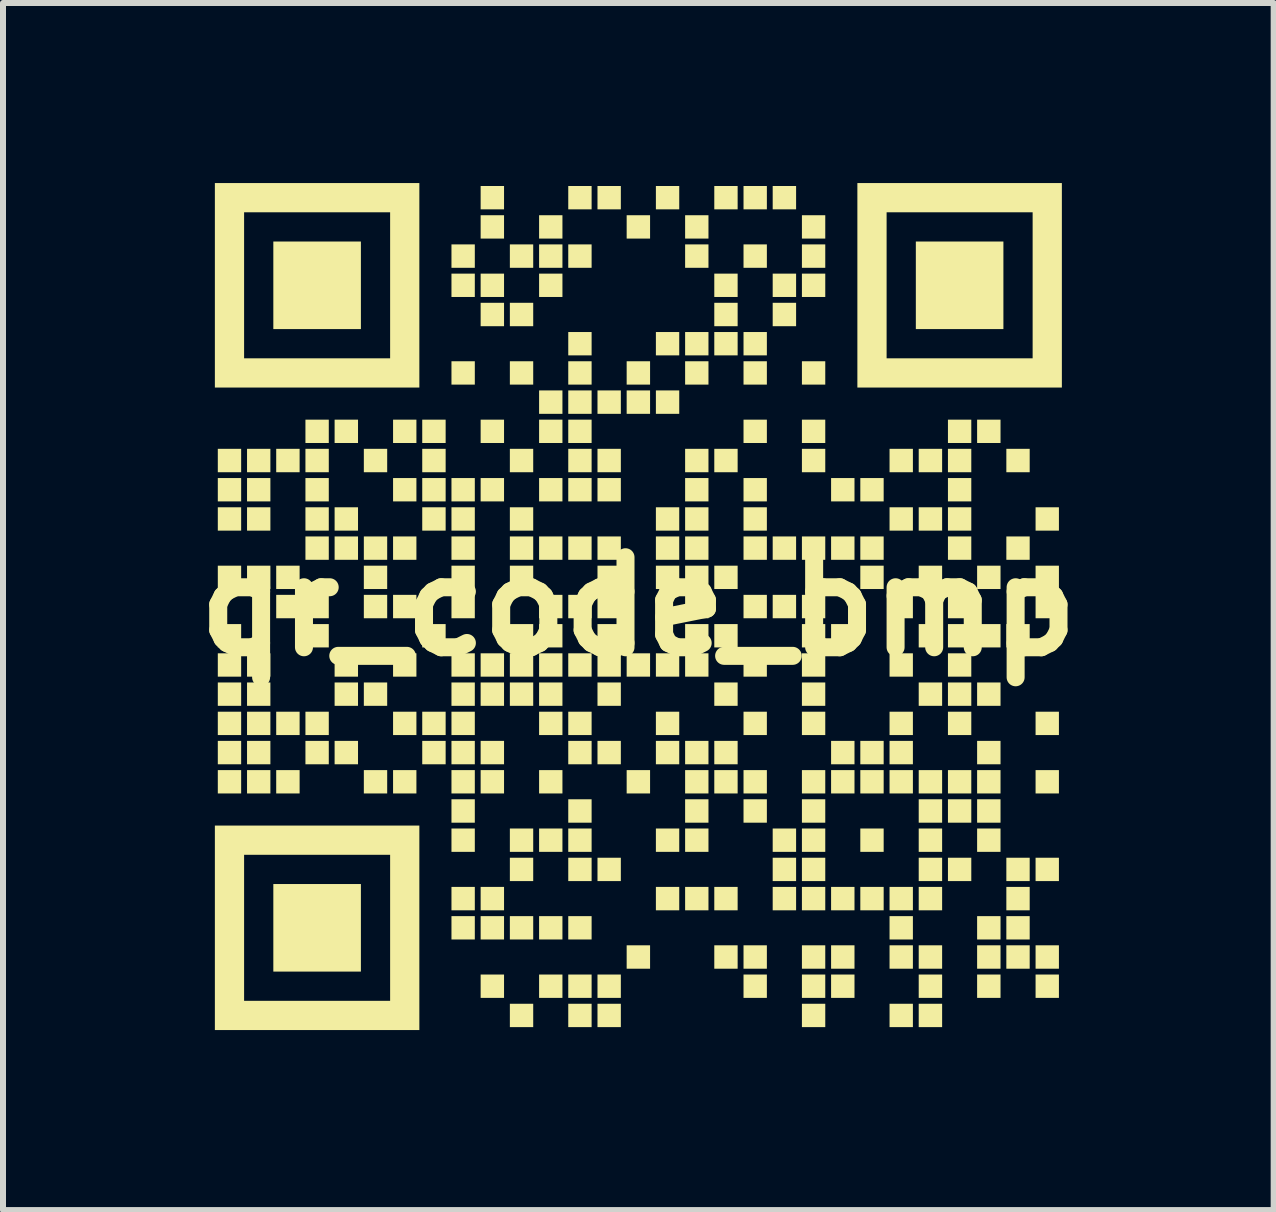
<source format=kicad_pcb>
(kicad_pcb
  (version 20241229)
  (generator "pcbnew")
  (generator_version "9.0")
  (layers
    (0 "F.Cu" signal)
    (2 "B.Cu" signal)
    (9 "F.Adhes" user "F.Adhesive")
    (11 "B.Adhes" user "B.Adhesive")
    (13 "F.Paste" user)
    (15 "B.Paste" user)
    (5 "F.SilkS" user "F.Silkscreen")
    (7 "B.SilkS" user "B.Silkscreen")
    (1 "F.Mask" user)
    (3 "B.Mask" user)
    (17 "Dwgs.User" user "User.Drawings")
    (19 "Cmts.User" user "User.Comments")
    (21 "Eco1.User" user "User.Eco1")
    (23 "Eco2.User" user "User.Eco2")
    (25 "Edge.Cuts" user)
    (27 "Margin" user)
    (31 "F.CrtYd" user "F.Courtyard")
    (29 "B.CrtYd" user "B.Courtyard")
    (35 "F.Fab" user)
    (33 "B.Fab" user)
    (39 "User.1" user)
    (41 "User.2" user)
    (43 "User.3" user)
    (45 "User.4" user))
  (footprint "qr_code_bmp"
    (layer "F.Cu")
    (at 7.586 7.056)
    (property "Reference" "qr_code_bmp" (at 0 0 0) (layer "F.SilkS") (effects (font (size 1.5 1.5) (thickness 0.3))))
    (attr board_only exclude_from_pos_files exclude_from_bom)
    (fp_poly (pts (xy -6.618 -2.433) (xy -6.618 -2.238) (xy -6.812 -2.238) (xy -7.007 -2.238) (xy -7.007 -2.433) (xy -7.007 -2.628) (xy -6.812 -2.628) (xy -6.618 -2.628)) (stroke (width 0) (type solid)) (fill yes) (layer "F.SilkS"))
    (fp_poly (pts (xy -6.618 -1.946) (xy -6.618 -1.752) (xy -6.812 -1.752) (xy -7.007 -1.752) (xy -7.007 -1.946) (xy -7.007 -2.141) (xy -6.812 -2.141) (xy -6.618 -2.141)) (stroke (width 0) (type solid)) (fill yes) (layer "F.SilkS"))
    (fp_poly (pts (xy -6.618 -1.46) (xy -6.618 -1.265) (xy -6.812 -1.265) (xy -7.007 -1.265) (xy -7.007 -1.46) (xy -7.007 -1.654) (xy -6.812 -1.654) (xy -6.618 -1.654)) (stroke (width 0) (type solid)) (fill yes) (layer "F.SilkS"))
    (fp_poly (pts (xy -6.618 -0.487) (xy -6.618 -0.292) (xy -6.812 -0.292) (xy -7.007 -0.292) (xy -7.007 -0.487) (xy -7.007 -0.681) (xy -6.812 -0.681) (xy -6.618 -0.681)) (stroke (width 0) (type solid)) (fill yes) (layer "F.SilkS"))
    (fp_poly (pts (xy -6.618 0.487) (xy -6.618 0.681) (xy -6.812 0.681) (xy -7.007 0.681) (xy -7.007 0.487) (xy -7.007 0.292) (xy -6.812 0.292) (xy -6.618 0.292)) (stroke (width 0) (type solid)) (fill yes) (layer "F.SilkS"))
    (fp_poly (pts (xy -6.618 0.973) (xy -6.618 1.168) (xy -6.812 1.168) (xy -7.007 1.168) (xy -7.007 0.973) (xy -7.007 0.779) (xy -6.812 0.779) (xy -6.618 0.779)) (stroke (width 0) (type solid)) (fill yes) (layer "F.SilkS"))
    (fp_poly (pts (xy -6.618 1.46) (xy -6.618 1.654) (xy -6.812 1.654) (xy -7.007 1.654) (xy -7.007 1.46) (xy -7.007 1.265) (xy -6.812 1.265) (xy -6.618 1.265)) (stroke (width 0) (type solid)) (fill yes) (layer "F.SilkS"))
    (fp_poly (pts (xy -6.618 1.946) (xy -6.618 2.141) (xy -6.812 2.141) (xy -7.007 2.141) (xy -7.007 1.946) (xy -7.007 1.752) (xy -6.812 1.752) (xy -6.618 1.752)) (stroke (width 0) (type solid)) (fill yes) (layer "F.SilkS"))
    (fp_poly (pts (xy -6.618 2.433) (xy -6.618 2.628) (xy -6.812 2.628) (xy -7.007 2.628) (xy -7.007 2.433) (xy -7.007 2.238) (xy -6.812 2.238) (xy -6.618 2.238)) (stroke (width 0) (type solid)) (fill yes) (layer "F.SilkS"))
    (fp_poly (pts (xy -6.618 2.92) (xy -6.618 3.114) (xy -6.812 3.114) (xy -7.007 3.114) (xy -7.007 2.92) (xy -7.007 2.725) (xy -6.812 2.725) (xy -6.618 2.725)) (stroke (width 0) (type solid)) (fill yes) (layer "F.SilkS"))
    (fp_poly (pts (xy -6.131 -2.433) (xy -6.131 -2.238) (xy -6.326 -2.238) (xy -6.52 -2.238) (xy -6.52 -2.433) (xy -6.52 -2.628) (xy -6.326 -2.628) (xy -6.131 -2.628)) (stroke (width 0) (type solid)) (fill yes) (layer "F.SilkS"))
    (fp_poly (pts (xy -6.131 -1.946) (xy -6.131 -1.752) (xy -6.326 -1.752) (xy -6.52 -1.752) (xy -6.52 -1.946) (xy -6.52 -2.141) (xy -6.326 -2.141) (xy -6.131 -2.141)) (stroke (width 0) (type solid)) (fill yes) (layer "F.SilkS"))
    (fp_poly (pts (xy -6.131 -1.46) (xy -6.131 -1.265) (xy -6.326 -1.265) (xy -6.52 -1.265) (xy -6.52 -1.46) (xy -6.52 -1.654) (xy -6.326 -1.654) (xy -6.131 -1.654)) (stroke (width 0) (type solid)) (fill yes) (layer "F.SilkS"))
    (fp_poly (pts (xy -6.131 -0.487) (xy -6.131 -0.292) (xy -6.326 -0.292) (xy -6.52 -0.292) (xy -6.52 -0.487) (xy -6.52 -0.681) (xy -6.326 -0.681) (xy -6.131 -0.681)) (stroke (width 0) (type solid)) (fill yes) (layer "F.SilkS"))
    (fp_poly (pts (xy -6.131 0.973) (xy -6.131 1.168) (xy -6.326 1.168) (xy -6.52 1.168) (xy -6.52 0.973) (xy -6.52 0.779) (xy -6.326 0.779) (xy -6.131 0.779)) (stroke (width 0) (type solid)) (fill yes) (layer "F.SilkS"))
    (fp_poly (pts (xy -6.131 1.46) (xy -6.131 1.654) (xy -6.326 1.654) (xy -6.52 1.654) (xy -6.52 1.46) (xy -6.52 1.265) (xy -6.326 1.265) (xy -6.131 1.265)) (stroke (width 0) (type solid)) (fill yes) (layer "F.SilkS"))
    (fp_poly (pts (xy -6.131 1.946) (xy -6.131 2.141) (xy -6.326 2.141) (xy -6.52 2.141) (xy -6.52 1.946) (xy -6.52 1.752) (xy -6.326 1.752) (xy -6.131 1.752)) (stroke (width 0) (type solid)) (fill yes) (layer "F.SilkS"))
    (fp_poly (pts (xy -6.131 2.433) (xy -6.131 2.628) (xy -6.326 2.628) (xy -6.52 2.628) (xy -6.52 2.433) (xy -6.52 2.238) (xy -6.326 2.238) (xy -6.131 2.238)) (stroke (width 0) (type solid)) (fill yes) (layer "F.SilkS"))
    (fp_poly (pts (xy -6.131 2.92) (xy -6.131 3.114) (xy -6.326 3.114) (xy -6.52 3.114) (xy -6.52 2.92) (xy -6.52 2.725) (xy -6.326 2.725) (xy -6.131 2.725)) (stroke (width 0) (type solid)) (fill yes) (layer "F.SilkS"))
    (fp_poly (pts (xy -5.644 -2.433) (xy -5.644 -2.238) (xy -5.839 -2.238) (xy -6.034 -2.238) (xy -6.034 -2.433) (xy -6.034 -2.628) (xy -5.839 -2.628) (xy -5.644 -2.628)) (stroke (width 0) (type solid)) (fill yes) (layer "F.SilkS"))
    (fp_poly (pts (xy -5.644 -0.487) (xy -5.644 -0.292) (xy -5.839 -0.292) (xy -6.034 -0.292) (xy -6.034 -0.487) (xy -6.034 -0.681) (xy -5.839 -0.681) (xy -5.644 -0.681)) (stroke (width 0) (type solid)) (fill yes) (layer "F.SilkS"))
    (fp_poly (pts (xy -5.644 -0.000001) (xy -5.644 0.195) (xy -5.839 0.195) (xy -6.034 0.195) (xy -6.034 -0.000001) (xy -6.034 -0.195) (xy -5.839 -0.195) (xy -5.644 -0.195)) (stroke (width 0) (type solid)) (fill yes) (layer "F.SilkS"))
    (fp_poly (pts (xy -5.644 1.946) (xy -5.644 2.141) (xy -5.839 2.141) (xy -6.034 2.141) (xy -6.034 1.946) (xy -6.034 1.752) (xy -5.839 1.752) (xy -5.644 1.752)) (stroke (width 0) (type solid)) (fill yes) (layer "F.SilkS"))
    (fp_poly (pts (xy -5.644 2.92) (xy -5.644 3.114) (xy -5.839 3.114) (xy -6.034 3.114) (xy -6.034 2.92) (xy -6.034 2.725) (xy -5.839 2.725) (xy -5.644 2.725)) (stroke (width 0) (type solid)) (fill yes) (layer "F.SilkS"))
    (fp_poly (pts (xy -5.158 -2.92) (xy -5.158 -2.725) (xy -5.352 -2.725) (xy -5.547 -2.725) (xy -5.547 -2.92) (xy -5.547 -3.114) (xy -5.352 -3.114) (xy -5.158 -3.114)) (stroke (width 0) (type solid)) (fill yes) (layer "F.SilkS"))
    (fp_poly (pts (xy -5.158 -2.433) (xy -5.158 -2.238) (xy -5.352 -2.238) (xy -5.547 -2.238) (xy -5.547 -2.433) (xy -5.547 -2.628) (xy -5.352 -2.628) (xy -5.158 -2.628)) (stroke (width 0) (type solid)) (fill yes) (layer "F.SilkS"))
    (fp_poly (pts (xy -5.158 -1.946) (xy -5.158 -1.752) (xy -5.352 -1.752) (xy -5.547 -1.752) (xy -5.547 -1.946) (xy -5.547 -2.141) (xy -5.352 -2.141) (xy -5.158 -2.141)) (stroke (width 0) (type solid)) (fill yes) (layer "F.SilkS"))
    (fp_poly (pts (xy -5.158 -1.46) (xy -5.158 -1.265) (xy -5.352 -1.265) (xy -5.547 -1.265) (xy -5.547 -1.46) (xy -5.547 -1.654) (xy -5.352 -1.654) (xy -5.158 -1.654)) (stroke (width 0) (type solid)) (fill yes) (layer "F.SilkS"))
    (fp_poly (pts (xy -5.158 -0.973) (xy -5.158 -0.779) (xy -5.352 -0.779) (xy -5.547 -0.779) (xy -5.547 -0.973) (xy -5.547 -1.168) (xy -5.352 -1.168) (xy -5.158 -1.168)) (stroke (width 0) (type solid)) (fill yes) (layer "F.SilkS"))
    (fp_poly (pts (xy -5.158 -0.000001) (xy -5.158 0.195) (xy -5.352 0.195) (xy -5.547 0.195) (xy -5.547 -0.000001) (xy -5.547 -0.195) (xy -5.352 -0.195) (xy -5.158 -0.195)) (stroke (width 0) (type solid)) (fill yes) (layer "F.SilkS"))
    (fp_poly (pts (xy -5.158 0.487) (xy -5.158 0.681) (xy -5.352 0.681) (xy -5.547 0.681) (xy -5.547 0.487) (xy -5.547 0.292) (xy -5.352 0.292) (xy -5.158 0.292)) (stroke (width 0) (type solid)) (fill yes) (layer "F.SilkS"))
    (fp_poly (pts (xy -5.158 1.946) (xy -5.158 2.141) (xy -5.352 2.141) (xy -5.547 2.141) (xy -5.547 1.946) (xy -5.547 1.752) (xy -5.352 1.752) (xy -5.158 1.752)) (stroke (width 0) (type solid)) (fill yes) (layer "F.SilkS"))
    (fp_poly (pts (xy -5.158 2.433) (xy -5.158 2.628) (xy -5.352 2.628) (xy -5.547 2.628) (xy -5.547 2.433) (xy -5.547 2.238) (xy -5.352 2.238) (xy -5.158 2.238)) (stroke (width 0) (type solid)) (fill yes) (layer "F.SilkS"))
    (fp_poly (pts (xy -4.671 -2.92) (xy -4.671 -2.725) (xy -4.866 -2.725) (xy -5.061 -2.725) (xy -5.061 -2.92) (xy -5.061 -3.114) (xy -4.866 -3.114) (xy -4.671 -3.114)) (stroke (width 0) (type solid)) (fill yes) (layer "F.SilkS"))
    (fp_poly (pts (xy -4.671 -1.46) (xy -4.671 -1.265) (xy -4.866 -1.265) (xy -5.061 -1.265) (xy -5.061 -1.46) (xy -5.061 -1.654) (xy -4.866 -1.654) (xy -4.671 -1.654)) (stroke (width 0) (type solid)) (fill yes) (layer "F.SilkS"))
    (fp_poly (pts (xy -4.671 -0.973) (xy -4.671 -0.779) (xy -4.866 -0.779) (xy -5.061 -0.779) (xy -5.061 -0.973) (xy -5.061 -1.168) (xy -4.866 -1.168) (xy -4.671 -1.168)) (stroke (width 0) (type solid)) (fill yes) (layer "F.SilkS"))
    (fp_poly (pts (xy -4.671 0.973) (xy -4.671 1.168) (xy -4.866 1.168) (xy -5.061 1.168) (xy -5.061 0.973) (xy -5.061 0.779) (xy -4.866 0.779) (xy -4.671 0.779)) (stroke (width 0) (type solid)) (fill yes) (layer "F.SilkS"))
    (fp_poly (pts (xy -4.671 1.46) (xy -4.671 1.654) (xy -4.866 1.654) (xy -5.061 1.654) (xy -5.061 1.46) (xy -5.061 1.265) (xy -4.866 1.265) (xy -4.671 1.265)) (stroke (width 0) (type solid)) (fill yes) (layer "F.SilkS"))
    (fp_poly (pts (xy -4.671 2.433) (xy -4.671 2.628) (xy -4.866 2.628) (xy -5.061 2.628) (xy -5.061 2.433) (xy -5.061 2.238) (xy -4.866 2.238) (xy -4.671 2.238)) (stroke (width 0) (type solid)) (fill yes) (layer "F.SilkS"))
    (fp_poly (pts (xy -4.623 -5.352) (xy -4.623 -4.623) (xy -5.352 -4.623) (xy -6.082 -4.623) (xy -6.082 -5.352) (xy -6.082 -6.082) (xy -5.352 -6.082) (xy -4.623 -6.082)) (stroke (width 0) (type solid)) (fill yes) (layer "F.SilkS"))
    (fp_poly (pts (xy -4.623 5.352) (xy -4.623 6.082) (xy -5.352 6.082) (xy -6.082 6.082) (xy -6.082 5.352) (xy -6.082 4.623) (xy -5.352 4.623) (xy -4.623 4.623)) (stroke (width 0) (type solid)) (fill yes) (layer "F.SilkS"))
    (fp_poly (pts (xy -4.185 -2.433) (xy -4.185 -2.238) (xy -4.379 -2.238) (xy -4.574 -2.238) (xy -4.574 -2.433) (xy -4.574 -2.628) (xy -4.379 -2.628) (xy -4.185 -2.628)) (stroke (width 0) (type solid)) (fill yes) (layer "F.SilkS"))
    (fp_poly (pts (xy -4.185 -0.973) (xy -4.185 -0.779) (xy -4.379 -0.779) (xy -4.574 -0.779) (xy -4.574 -0.973) (xy -4.574 -1.168) (xy -4.379 -1.168) (xy -4.185 -1.168)) (stroke (width 0) (type solid)) (fill yes) (layer "F.SilkS"))
    (fp_poly (pts (xy -4.185 -0.487) (xy -4.185 -0.292) (xy -4.379 -0.292) (xy -4.574 -0.292) (xy -4.574 -0.487) (xy -4.574 -0.681) (xy -4.379 -0.681) (xy -4.185 -0.681)) (stroke (width 0) (type solid)) (fill yes) (layer "F.SilkS"))
    (fp_poly (pts (xy -4.185 -0.000001) (xy -4.185 0.195) (xy -4.379 0.195) (xy -4.574 0.195) (xy -4.574 -0.000001) (xy -4.574 -0.195) (xy -4.379 -0.195) (xy -4.185 -0.195)) (stroke (width 0) (type solid)) (fill yes) (layer "F.SilkS"))
    (fp_poly (pts (xy -4.185 1.46) (xy -4.185 1.654) (xy -4.379 1.654) (xy -4.574 1.654) (xy -4.574 1.46) (xy -4.574 1.265) (xy -4.379 1.265) (xy -4.185 1.265)) (stroke (width 0) (type solid)) (fill yes) (layer "F.SilkS"))
    (fp_poly (pts (xy -4.185 2.92) (xy -4.185 3.114) (xy -4.379 3.114) (xy -4.574 3.114) (xy -4.574 2.92) (xy -4.574 2.725) (xy -4.379 2.725) (xy -4.185 2.725)) (stroke (width 0) (type solid)) (fill yes) (layer "F.SilkS"))
    (fp_poly (pts (xy -3.698 -2.92) (xy -3.698 -2.725) (xy -3.893 -2.725) (xy -4.087 -2.725) (xy -4.087 -2.92) (xy -4.087 -3.114) (xy -3.893 -3.114) (xy -3.698 -3.114)) (stroke (width 0) (type solid)) (fill yes) (layer "F.SilkS"))
    (fp_poly (pts (xy -3.698 -1.946) (xy -3.698 -1.752) (xy -3.893 -1.752) (xy -4.087 -1.752) (xy -4.087 -1.946) (xy -4.087 -2.141) (xy -3.893 -2.141) (xy -3.698 -2.141)) (stroke (width 0) (type solid)) (fill yes) (layer "F.SilkS"))
    (fp_poly (pts (xy -3.698 -0.973) (xy -3.698 -0.779) (xy -3.893 -0.779) (xy -4.087 -0.779) (xy -4.087 -0.973) (xy -4.087 -1.168) (xy -3.893 -1.168) (xy -3.698 -1.168)) (stroke (width 0) (type solid)) (fill yes) (layer "F.SilkS"))
    (fp_poly (pts (xy -3.698 -0.000001) (xy -3.698 0.195) (xy -3.893 0.195) (xy -4.087 0.195) (xy -4.087 -0.000001) (xy -4.087 -0.195) (xy -3.893 -0.195) (xy -3.698 -0.195)) (stroke (width 0) (type solid)) (fill yes) (layer "F.SilkS"))
    (fp_poly (pts (xy -3.698 0.973) (xy -3.698 1.168) (xy -3.893 1.168) (xy -4.087 1.168) (xy -4.087 0.973) (xy -4.087 0.779) (xy -3.893 0.779) (xy -3.698 0.779)) (stroke (width 0) (type solid)) (fill yes) (layer "F.SilkS"))
    (fp_poly (pts (xy -3.698 1.946) (xy -3.698 2.141) (xy -3.893 2.141) (xy -4.087 2.141) (xy -4.087 1.946) (xy -4.087 1.752) (xy -3.893 1.752) (xy -3.698 1.752)) (stroke (width 0) (type solid)) (fill yes) (layer "F.SilkS"))
    (fp_poly (pts (xy -3.698 2.92) (xy -3.698 3.114) (xy -3.893 3.114) (xy -4.087 3.114) (xy -4.087 2.92) (xy -4.087 2.725) (xy -3.893 2.725) (xy -3.698 2.725)) (stroke (width 0) (type solid)) (fill yes) (layer "F.SilkS"))
    (fp_poly (pts (xy -3.211 -2.92) (xy -3.211 -2.725) (xy -3.406 -2.725) (xy -3.601 -2.725) (xy -3.601 -2.92) (xy -3.601 -3.114) (xy -3.406 -3.114) (xy -3.211 -3.114)) (stroke (width 0) (type solid)) (fill yes) (layer "F.SilkS"))
    (fp_poly (pts (xy -3.211 -2.433) (xy -3.211 -2.238) (xy -3.406 -2.238) (xy -3.601 -2.238) (xy -3.601 -2.433) (xy -3.601 -2.628) (xy -3.406 -2.628) (xy -3.211 -2.628)) (stroke (width 0) (type solid)) (fill yes) (layer "F.SilkS"))
    (fp_poly (pts (xy -3.211 -1.946) (xy -3.211 -1.752) (xy -3.406 -1.752) (xy -3.601 -1.752) (xy -3.601 -1.946) (xy -3.601 -2.141) (xy -3.406 -2.141) (xy -3.211 -2.141)) (stroke (width 0) (type solid)) (fill yes) (layer "F.SilkS"))
    (fp_poly (pts (xy -3.211 -1.46) (xy -3.211 -1.265) (xy -3.406 -1.265) (xy -3.601 -1.265) (xy -3.601 -1.46) (xy -3.601 -1.654) (xy -3.406 -1.654) (xy -3.211 -1.654)) (stroke (width 0) (type solid)) (fill yes) (layer "F.SilkS"))
    (fp_poly (pts (xy -3.211 0.487) (xy -3.211 0.681) (xy -3.406 0.681) (xy -3.601 0.681) (xy -3.601 0.487) (xy -3.601 0.292) (xy -3.406 0.292) (xy -3.211 0.292)) (stroke (width 0) (type solid)) (fill yes) (layer "F.SilkS"))
    (fp_poly (pts (xy -3.211 1.946) (xy -3.211 2.141) (xy -3.406 2.141) (xy -3.601 2.141) (xy -3.601 1.946) (xy -3.601 1.752) (xy -3.406 1.752) (xy -3.211 1.752)) (stroke (width 0) (type solid)) (fill yes) (layer "F.SilkS"))
    (fp_poly (pts (xy -3.211 2.433) (xy -3.211 2.628) (xy -3.406 2.628) (xy -3.601 2.628) (xy -3.601 2.433) (xy -3.601 2.238) (xy -3.406 2.238) (xy -3.211 2.238)) (stroke (width 0) (type solid)) (fill yes) (layer "F.SilkS"))
    (fp_poly (pts (xy -2.725 -5.839) (xy -2.725 -5.644) (xy -2.92 -5.644) (xy -3.114 -5.644) (xy -3.114 -5.839) (xy -3.114 -6.034) (xy -2.92 -6.034) (xy -2.725 -6.034)) (stroke (width 0) (type solid)) (fill yes) (layer "F.SilkS"))
    (fp_poly (pts (xy -2.725 -5.352) (xy -2.725 -5.158) (xy -2.92 -5.158) (xy -3.114 -5.158) (xy -3.114 -5.352) (xy -3.114 -5.547) (xy -2.92 -5.547) (xy -2.725 -5.547)) (stroke (width 0) (type solid)) (fill yes) (layer "F.SilkS"))
    (fp_poly (pts (xy -2.725 -3.893) (xy -2.725 -3.698) (xy -2.92 -3.698) (xy -3.114 -3.698) (xy -3.114 -3.893) (xy -3.114 -4.087) (xy -2.92 -4.087) (xy -2.725 -4.087)) (stroke (width 0) (type solid)) (fill yes) (layer "F.SilkS"))
    (fp_poly (pts (xy -2.725 -1.946) (xy -2.725 -1.752) (xy -2.92 -1.752) (xy -3.114 -1.752) (xy -3.114 -1.946) (xy -3.114 -2.141) (xy -2.92 -2.141) (xy -2.725 -2.141)) (stroke (width 0) (type solid)) (fill yes) (layer "F.SilkS"))
    (fp_poly (pts (xy -2.725 -1.46) (xy -2.725 -1.265) (xy -2.92 -1.265) (xy -3.114 -1.265) (xy -3.114 -1.46) (xy -3.114 -1.654) (xy -2.92 -1.654) (xy -2.725 -1.654)) (stroke (width 0) (type solid)) (fill yes) (layer "F.SilkS"))
    (fp_poly (pts (xy -2.725 -0.973) (xy -2.725 -0.779) (xy -2.92 -0.779) (xy -3.114 -0.779) (xy -3.114 -0.973) (xy -3.114 -1.168) (xy -2.92 -1.168) (xy -2.725 -1.168)) (stroke (width 0) (type solid)) (fill yes) (layer "F.SilkS"))
    (fp_poly (pts (xy -2.725 -0.487) (xy -2.725 -0.292) (xy -2.92 -0.292) (xy -3.114 -0.292) (xy -3.114 -0.487) (xy -3.114 -0.681) (xy -2.92 -0.681) (xy -2.725 -0.681)) (stroke (width 0) (type solid)) (fill yes) (layer "F.SilkS"))
    (fp_poly (pts (xy -2.725 -0.000001) (xy -2.725 0.195) (xy -2.92 0.195) (xy -3.114 0.195) (xy -3.114 -0.000001) (xy -3.114 -0.195) (xy -2.92 -0.195) (xy -2.725 -0.195)) (stroke (width 0) (type solid)) (fill yes) (layer "F.SilkS"))
    (fp_poly (pts (xy -2.725 0.973) (xy -2.725 1.168) (xy -2.92 1.168) (xy -3.114 1.168) (xy -3.114 0.973) (xy -3.114 0.779) (xy -2.92 0.779) (xy -2.725 0.779)) (stroke (width 0) (type solid)) (fill yes) (layer "F.SilkS"))
    (fp_poly (pts (xy -2.725 1.46) (xy -2.725 1.654) (xy -2.92 1.654) (xy -3.114 1.654) (xy -3.114 1.46) (xy -3.114 1.265) (xy -2.92 1.265) (xy -2.725 1.265)) (stroke (width 0) (type solid)) (fill yes) (layer "F.SilkS"))
    (fp_poly (pts (xy -2.725 1.946) (xy -2.725 2.141) (xy -2.92 2.141) (xy -3.114 2.141) (xy -3.114 1.946) (xy -3.114 1.752) (xy -2.92 1.752) (xy -2.725 1.752)) (stroke (width 0) (type solid)) (fill yes) (layer "F.SilkS"))
    (fp_poly (pts (xy -2.725 2.433) (xy -2.725 2.628) (xy -2.92 2.628) (xy -3.114 2.628) (xy -3.114 2.433) (xy -3.114 2.238) (xy -2.92 2.238) (xy -2.725 2.238)) (stroke (width 0) (type solid)) (fill yes) (layer "F.SilkS"))
    (fp_poly (pts (xy -2.725 2.92) (xy -2.725 3.114) (xy -2.92 3.114) (xy -3.114 3.114) (xy -3.114 2.92) (xy -3.114 2.725) (xy -2.92 2.725) (xy -2.725 2.725)) (stroke (width 0) (type solid)) (fill yes) (layer "F.SilkS"))
    (fp_poly (pts (xy -2.725 3.406) (xy -2.725 3.601) (xy -2.92 3.601) (xy -3.114 3.601) (xy -3.114 3.406) (xy -3.114 3.211) (xy -2.92 3.211) (xy -2.725 3.211)) (stroke (width 0) (type solid)) (fill yes) (layer "F.SilkS"))
    (fp_poly (pts (xy -2.725 3.893) (xy -2.725 4.087) (xy -2.92 4.087) (xy -3.114 4.087) (xy -3.114 3.893) (xy -3.114 3.698) (xy -2.92 3.698) (xy -2.725 3.698)) (stroke (width 0) (type solid)) (fill yes) (layer "F.SilkS"))
    (fp_poly (pts (xy -2.725 4.866) (xy -2.725 5.061) (xy -2.92 5.061) (xy -3.114 5.061) (xy -3.114 4.866) (xy -3.114 4.671) (xy -2.92 4.671) (xy -2.725 4.671)) (stroke (width 0) (type solid)) (fill yes) (layer "F.SilkS"))
    (fp_poly (pts (xy -2.725 5.352) (xy -2.725 5.547) (xy -2.92 5.547) (xy -3.114 5.547) (xy -3.114 5.352) (xy -3.114 5.158) (xy -2.92 5.158) (xy -2.725 5.158)) (stroke (width 0) (type solid)) (fill yes) (layer "F.SilkS"))
    (fp_poly (pts (xy -2.238 -6.812) (xy -2.238 -6.618) (xy -2.433 -6.618) (xy -2.628 -6.618) (xy -2.628 -6.812) (xy -2.628 -7.007) (xy -2.433 -7.007) (xy -2.238 -7.007)) (stroke (width 0) (type solid)) (fill yes) (layer "F.SilkS"))
    (fp_poly (pts (xy -2.238 -6.326) (xy -2.238 -6.131) (xy -2.433 -6.131) (xy -2.628 -6.131) (xy -2.628 -6.326) (xy -2.628 -6.52) (xy -2.433 -6.52) (xy -2.238 -6.52)) (stroke (width 0) (type solid)) (fill yes) (layer "F.SilkS"))
    (fp_poly (pts (xy -2.238 -5.352) (xy -2.238 -5.158) (xy -2.433 -5.158) (xy -2.628 -5.158) (xy -2.628 -5.352) (xy -2.628 -5.547) (xy -2.433 -5.547) (xy -2.238 -5.547)) (stroke (width 0) (type solid)) (fill yes) (layer "F.SilkS"))
    (fp_poly (pts (xy -2.238 -4.866) (xy -2.238 -4.671) (xy -2.433 -4.671) (xy -2.628 -4.671) (xy -2.628 -4.866) (xy -2.628 -5.061) (xy -2.433 -5.061) (xy -2.238 -5.061)) (stroke (width 0) (type solid)) (fill yes) (layer "F.SilkS"))
    (fp_poly (pts (xy -2.238 -2.92) (xy -2.238 -2.725) (xy -2.433 -2.725) (xy -2.628 -2.725) (xy -2.628 -2.92) (xy -2.628 -3.114) (xy -2.433 -3.114) (xy -2.238 -3.114)) (stroke (width 0) (type solid)) (fill yes) (layer "F.SilkS"))
    (fp_poly (pts (xy -2.238 -1.946) (xy -2.238 -1.752) (xy -2.433 -1.752) (xy -2.628 -1.752) (xy -2.628 -1.946) (xy -2.628 -2.141) (xy -2.433 -2.141) (xy -2.238 -2.141)) (stroke (width 0) (type solid)) (fill yes) (layer "F.SilkS"))
    (fp_poly (pts (xy -2.238 0.973) (xy -2.238 1.168) (xy -2.433 1.168) (xy -2.628 1.168) (xy -2.628 0.973) (xy -2.628 0.779) (xy -2.433 0.779) (xy -2.238 0.779)) (stroke (width 0) (type solid)) (fill yes) (layer "F.SilkS"))
    (fp_poly (pts (xy -2.238 1.46) (xy -2.238 1.654) (xy -2.433 1.654) (xy -2.628 1.654) (xy -2.628 1.46) (xy -2.628 1.265) (xy -2.433 1.265) (xy -2.238 1.265)) (stroke (width 0) (type solid)) (fill yes) (layer "F.SilkS"))
    (fp_poly (pts (xy -2.238 2.433) (xy -2.238 2.628) (xy -2.433 2.628) (xy -2.628 2.628) (xy -2.628 2.433) (xy -2.628 2.238) (xy -2.433 2.238) (xy -2.238 2.238)) (stroke (width 0) (type solid)) (fill yes) (layer "F.SilkS"))
    (fp_poly (pts (xy -2.238 2.92) (xy -2.238 3.114) (xy -2.433 3.114) (xy -2.628 3.114) (xy -2.628 2.92) (xy -2.628 2.725) (xy -2.433 2.725) (xy -2.238 2.725)) (stroke (width 0) (type solid)) (fill yes) (layer "F.SilkS"))
    (fp_poly (pts (xy -2.238 4.866) (xy -2.238 5.061) (xy -2.433 5.061) (xy -2.628 5.061) (xy -2.628 4.866) (xy -2.628 4.671) (xy -2.433 4.671) (xy -2.238 4.671)) (stroke (width 0) (type solid)) (fill yes) (layer "F.SilkS"))
    (fp_poly (pts (xy -2.238 5.352) (xy -2.238 5.547) (xy -2.433 5.547) (xy -2.628 5.547) (xy -2.628 5.352) (xy -2.628 5.158) (xy -2.433 5.158) (xy -2.238 5.158)) (stroke (width 0) (type solid)) (fill yes) (layer "F.SilkS"))
    (fp_poly (pts (xy -2.238 6.326) (xy -2.238 6.52) (xy -2.433 6.52) (xy -2.628 6.52) (xy -2.628 6.326) (xy -2.628 6.131) (xy -2.433 6.131) (xy -2.238 6.131)) (stroke (width 0) (type solid)) (fill yes) (layer "F.SilkS"))
    (fp_poly (pts (xy -1.752 -5.839) (xy -1.752 -5.644) (xy -1.946 -5.644) (xy -2.141 -5.644) (xy -2.141 -5.839) (xy -2.141 -6.034) (xy -1.946 -6.034) (xy -1.752 -6.034)) (stroke (width 0) (type solid)) (fill yes) (layer "F.SilkS"))
    (fp_poly (pts (xy -1.752 -4.866) (xy -1.752 -4.671) (xy -1.946 -4.671) (xy -2.141 -4.671) (xy -2.141 -4.866) (xy -2.141 -5.061) (xy -1.946 -5.061) (xy -1.752 -5.061)) (stroke (width 0) (type solid)) (fill yes) (layer "F.SilkS"))
    (fp_poly (pts (xy -1.752 -3.893) (xy -1.752 -3.698) (xy -1.946 -3.698) (xy -2.141 -3.698) (xy -2.141 -3.893) (xy -2.141 -4.087) (xy -1.946 -4.087) (xy -1.752 -4.087)) (stroke (width 0) (type solid)) (fill yes) (layer "F.SilkS"))
    (fp_poly (pts (xy -1.752 -2.433) (xy -1.752 -2.238) (xy -1.946 -2.238) (xy -2.141 -2.238) (xy -2.141 -2.433) (xy -2.141 -2.628) (xy -1.946 -2.628) (xy -1.752 -2.628)) (stroke (width 0) (type solid)) (fill yes) (layer "F.SilkS"))
    (fp_poly (pts (xy -1.752 -1.46) (xy -1.752 -1.265) (xy -1.946 -1.265) (xy -2.141 -1.265) (xy -2.141 -1.46) (xy -2.141 -1.654) (xy -1.946 -1.654) (xy -1.752 -1.654)) (stroke (width 0) (type solid)) (fill yes) (layer "F.SilkS"))
    (fp_poly (pts (xy -1.752 -0.973) (xy -1.752 -0.779) (xy -1.946 -0.779) (xy -2.141 -0.779) (xy -2.141 -0.973) (xy -2.141 -1.168) (xy -1.946 -1.168) (xy -1.752 -1.168)) (stroke (width 0) (type solid)) (fill yes) (layer "F.SilkS"))
    (fp_poly (pts (xy -1.752 -0.487) (xy -1.752 -0.292) (xy -1.946 -0.292) (xy -2.141 -0.292) (xy -2.141 -0.487) (xy -2.141 -0.681) (xy -1.946 -0.681) (xy -1.752 -0.681)) (stroke (width 0) (type solid)) (fill yes) (layer "F.SilkS"))
    (fp_poly (pts (xy -1.752 0.487) (xy -1.752 0.681) (xy -1.946 0.681) (xy -2.141 0.681) (xy -2.141 0.487) (xy -2.141 0.292) (xy -1.946 0.292) (xy -1.752 0.292)) (stroke (width 0) (type solid)) (fill yes) (layer "F.SilkS"))
    (fp_poly (pts (xy -1.752 0.973) (xy -1.752 1.168) (xy -1.946 1.168) (xy -2.141 1.168) (xy -2.141 0.973) (xy -2.141 0.779) (xy -1.946 0.779) (xy -1.752 0.779)) (stroke (width 0) (type solid)) (fill yes) (layer "F.SilkS"))
    (fp_poly (pts (xy -1.752 1.46) (xy -1.752 1.654) (xy -1.946 1.654) (xy -2.141 1.654) (xy -2.141 1.46) (xy -2.141 1.265) (xy -1.946 1.265) (xy -1.752 1.265)) (stroke (width 0) (type solid)) (fill yes) (layer "F.SilkS"))
    (fp_poly (pts (xy -1.752 3.893) (xy -1.752 4.087) (xy -1.946 4.087) (xy -2.141 4.087) (xy -2.141 3.893) (xy -2.141 3.698) (xy -1.946 3.698) (xy -1.752 3.698)) (stroke (width 0) (type solid)) (fill yes) (layer "F.SilkS"))
    (fp_poly (pts (xy -1.752 4.379) (xy -1.752 4.574) (xy -1.946 4.574) (xy -2.141 4.574) (xy -2.141 4.379) (xy -2.141 4.185) (xy -1.946 4.185) (xy -1.752 4.185)) (stroke (width 0) (type solid)) (fill yes) (layer "F.SilkS"))
    (fp_poly (pts (xy -1.752 5.352) (xy -1.752 5.547) (xy -1.946 5.547) (xy -2.141 5.547) (xy -2.141 5.352) (xy -2.141 5.158) (xy -1.946 5.158) (xy -1.752 5.158)) (stroke (width 0) (type solid)) (fill yes) (layer "F.SilkS"))
    (fp_poly (pts (xy -1.752 6.812) (xy -1.752 7.007) (xy -1.946 7.007) (xy -2.141 7.007) (xy -2.141 6.812) (xy -2.141 6.618) (xy -1.946 6.618) (xy -1.752 6.618)) (stroke (width 0) (type solid)) (fill yes) (layer "F.SilkS"))
    (fp_poly (pts (xy -1.265 -6.326) (xy -1.265 -6.131) (xy -1.46 -6.131) (xy -1.654 -6.131) (xy -1.654 -6.326) (xy -1.654 -6.52) (xy -1.46 -6.52) (xy -1.265 -6.52)) (stroke (width 0) (type solid)) (fill yes) (layer "F.SilkS"))
    (fp_poly (pts (xy -1.265 -5.839) (xy -1.265 -5.644) (xy -1.46 -5.644) (xy -1.654 -5.644) (xy -1.654 -5.839) (xy -1.654 -6.034) (xy -1.46 -6.034) (xy -1.265 -6.034)) (stroke (width 0) (type solid)) (fill yes) (layer "F.SilkS"))
    (fp_poly (pts (xy -1.265 -5.352) (xy -1.265 -5.158) (xy -1.46 -5.158) (xy -1.654 -5.158) (xy -1.654 -5.352) (xy -1.654 -5.547) (xy -1.46 -5.547) (xy -1.265 -5.547)) (stroke (width 0) (type solid)) (fill yes) (layer "F.SilkS"))
    (fp_poly (pts (xy -1.265 -3.406) (xy -1.265 -3.211) (xy -1.46 -3.211) (xy -1.654 -3.211) (xy -1.654 -3.406) (xy -1.654 -3.601) (xy -1.46 -3.601) (xy -1.265 -3.601)) (stroke (width 0) (type solid)) (fill yes) (layer "F.SilkS"))
    (fp_poly (pts (xy -1.265 -2.92) (xy -1.265 -2.725) (xy -1.46 -2.725) (xy -1.654 -2.725) (xy -1.654 -2.92) (xy -1.654 -3.114) (xy -1.46 -3.114) (xy -1.265 -3.114)) (stroke (width 0) (type solid)) (fill yes) (layer "F.SilkS"))
    (fp_poly (pts (xy -1.265 -1.946) (xy -1.265 -1.752) (xy -1.46 -1.752) (xy -1.654 -1.752) (xy -1.654 -1.946) (xy -1.654 -2.141) (xy -1.46 -2.141) (xy -1.265 -2.141)) (stroke (width 0) (type solid)) (fill yes) (layer "F.SilkS"))
    (fp_poly (pts (xy -1.265 -0.973) (xy -1.265 -0.779) (xy -1.46 -0.779) (xy -1.654 -0.779) (xy -1.654 -0.973) (xy -1.654 -1.168) (xy -1.46 -1.168) (xy -1.265 -1.168)) (stroke (width 0) (type solid)) (fill yes) (layer "F.SilkS"))
    (fp_poly (pts (xy -1.265 -0.000001) (xy -1.265 0.195) (xy -1.46 0.195) (xy -1.654 0.195) (xy -1.654 -0.000001) (xy -1.654 -0.195) (xy -1.46 -0.195) (xy -1.265 -0.195)) (stroke (width 0) (type solid)) (fill yes) (layer "F.SilkS"))
    (fp_poly (pts (xy -1.265 0.487) (xy -1.265 0.681) (xy -1.46 0.681) (xy -1.654 0.681) (xy -1.654 0.487) (xy -1.654 0.292) (xy -1.46 0.292) (xy -1.265 0.292)) (stroke (width 0) (type solid)) (fill yes) (layer "F.SilkS"))
    (fp_poly (pts (xy -1.265 0.973) (xy -1.265 1.168) (xy -1.46 1.168) (xy -1.654 1.168) (xy -1.654 0.973) (xy -1.654 0.779) (xy -1.46 0.779) (xy -1.265 0.779)) (stroke (width 0) (type solid)) (fill yes) (layer "F.SilkS"))
    (fp_poly (pts (xy -1.265 1.46) (xy -1.265 1.654) (xy -1.46 1.654) (xy -1.654 1.654) (xy -1.654 1.46) (xy -1.654 1.265) (xy -1.46 1.265) (xy -1.265 1.265)) (stroke (width 0) (type solid)) (fill yes) (layer "F.SilkS"))
    (fp_poly (pts (xy -1.265 1.946) (xy -1.265 2.141) (xy -1.46 2.141) (xy -1.654 2.141) (xy -1.654 1.946) (xy -1.654 1.752) (xy -1.46 1.752) (xy -1.265 1.752)) (stroke (width 0) (type solid)) (fill yes) (layer "F.SilkS"))
    (fp_poly (pts (xy -1.265 2.92) (xy -1.265 3.114) (xy -1.46 3.114) (xy -1.654 3.114) (xy -1.654 2.92) (xy -1.654 2.725) (xy -1.46 2.725) (xy -1.265 2.725)) (stroke (width 0) (type solid)) (fill yes) (layer "F.SilkS"))
    (fp_poly (pts (xy -1.265 3.893) (xy -1.265 4.087) (xy -1.46 4.087) (xy -1.654 4.087) (xy -1.654 3.893) (xy -1.654 3.698) (xy -1.46 3.698) (xy -1.265 3.698)) (stroke (width 0) (type solid)) (fill yes) (layer "F.SilkS"))
    (fp_poly (pts (xy -1.265 5.352) (xy -1.265 5.547) (xy -1.46 5.547) (xy -1.654 5.547) (xy -1.654 5.352) (xy -1.654 5.158) (xy -1.46 5.158) (xy -1.265 5.158)) (stroke (width 0) (type solid)) (fill yes) (layer "F.SilkS"))
    (fp_poly (pts (xy -1.265 6.326) (xy -1.265 6.52) (xy -1.46 6.52) (xy -1.654 6.52) (xy -1.654 6.326) (xy -1.654 6.131) (xy -1.46 6.131) (xy -1.265 6.131)) (stroke (width 0) (type solid)) (fill yes) (layer "F.SilkS"))
    (fp_poly (pts (xy -0.779 -6.812) (xy -0.779 -6.618) (xy -0.973 -6.618) (xy -1.168 -6.618) (xy -1.168 -6.812) (xy -1.168 -7.007) (xy -0.973 -7.007) (xy -0.779 -7.007)) (stroke (width 0) (type solid)) (fill yes) (layer "F.SilkS"))
    (fp_poly (pts (xy -0.779 -5.839) (xy -0.779 -5.644) (xy -0.973 -5.644) (xy -1.168 -5.644) (xy -1.168 -5.839) (xy -1.168 -6.034) (xy -0.973 -6.034) (xy -0.779 -6.034)) (stroke (width 0) (type solid)) (fill yes) (layer "F.SilkS"))
    (fp_poly (pts (xy -0.779 -4.379) (xy -0.779 -4.185) (xy -0.973 -4.185) (xy -1.168 -4.185) (xy -1.168 -4.379) (xy -1.168 -4.574) (xy -0.973 -4.574) (xy -0.779 -4.574)) (stroke (width 0) (type solid)) (fill yes) (layer "F.SilkS"))
    (fp_poly (pts (xy -0.779 -3.893) (xy -0.779 -3.698) (xy -0.973 -3.698) (xy -1.168 -3.698) (xy -1.168 -3.893) (xy -1.168 -4.087) (xy -0.973 -4.087) (xy -0.779 -4.087)) (stroke (width 0) (type solid)) (fill yes) (layer "F.SilkS"))
    (fp_poly (pts (xy -0.779 -3.406) (xy -0.779 -3.211) (xy -0.973 -3.211) (xy -1.168 -3.211) (xy -1.168 -3.406) (xy -1.168 -3.601) (xy -0.973 -3.601) (xy -0.779 -3.601)) (stroke (width 0) (type solid)) (fill yes) (layer "F.SilkS"))
    (fp_poly (pts (xy -0.779 -2.92) (xy -0.779 -2.725) (xy -0.973 -2.725) (xy -1.168 -2.725) (xy -1.168 -2.92) (xy -1.168 -3.114) (xy -0.973 -3.114) (xy -0.779 -3.114)) (stroke (width 0) (type solid)) (fill yes) (layer "F.SilkS"))
    (fp_poly (pts (xy -0.779 -2.433) (xy -0.779 -2.238) (xy -0.973 -2.238) (xy -1.168 -2.238) (xy -1.168 -2.433) (xy -1.168 -2.628) (xy -0.973 -2.628) (xy -0.779 -2.628)) (stroke (width 0) (type solid)) (fill yes) (layer "F.SilkS"))
    (fp_poly (pts (xy -0.779 -1.946) (xy -0.779 -1.752) (xy -0.973 -1.752) (xy -1.168 -1.752) (xy -1.168 -1.946) (xy -1.168 -2.141) (xy -0.973 -2.141) (xy -0.779 -2.141)) (stroke (width 0) (type solid)) (fill yes) (layer "F.SilkS"))
    (fp_poly (pts (xy -0.779 -0.973) (xy -0.779 -0.779) (xy -0.973 -0.779) (xy -1.168 -0.779) (xy -1.168 -0.973) (xy -1.168 -1.168) (xy -0.973 -1.168) (xy -0.779 -1.168)) (stroke (width 0) (type solid)) (fill yes) (layer "F.SilkS"))
    (fp_poly (pts (xy -0.779 -0.000001) (xy -0.779 0.195) (xy -0.973 0.195) (xy -1.168 0.195) (xy -1.168 -0.000001) (xy -1.168 -0.195) (xy -0.973 -0.195) (xy -0.779 -0.195)) (stroke (width 0) (type solid)) (fill yes) (layer "F.SilkS"))
    (fp_poly (pts (xy -0.779 0.973) (xy -0.779 1.168) (xy -0.973 1.168) (xy -1.168 1.168) (xy -1.168 0.973) (xy -1.168 0.779) (xy -0.973 0.779) (xy -0.779 0.779)) (stroke (width 0) (type solid)) (fill yes) (layer "F.SilkS"))
    (fp_poly (pts (xy -0.779 1.946) (xy -0.779 2.141) (xy -0.973 2.141) (xy -1.168 2.141) (xy -1.168 1.946) (xy -1.168 1.752) (xy -0.973 1.752) (xy -0.779 1.752)) (stroke (width 0) (type solid)) (fill yes) (layer "F.SilkS"))
    (fp_poly (pts (xy -0.779 2.433) (xy -0.779 2.628) (xy -0.973 2.628) (xy -1.168 2.628) (xy -1.168 2.433) (xy -1.168 2.238) (xy -0.973 2.238) (xy -0.779 2.238)) (stroke (width 0) (type solid)) (fill yes) (layer "F.SilkS"))
    (fp_poly (pts (xy -0.779 3.406) (xy -0.779 3.601) (xy -0.973 3.601) (xy -1.168 3.601) (xy -1.168 3.406) (xy -1.168 3.211) (xy -0.973 3.211) (xy -0.779 3.211)) (stroke (width 0) (type solid)) (fill yes) (layer "F.SilkS"))
    (fp_poly (pts (xy -0.779 3.893) (xy -0.779 4.087) (xy -0.973 4.087) (xy -1.168 4.087) (xy -1.168 3.893) (xy -1.168 3.698) (xy -0.973 3.698) (xy -0.779 3.698)) (stroke (width 0) (type solid)) (fill yes) (layer "F.SilkS"))
    (fp_poly (pts (xy -0.779 4.379) (xy -0.779 4.574) (xy -0.973 4.574) (xy -1.168 4.574) (xy -1.168 4.379) (xy -1.168 4.185) (xy -0.973 4.185) (xy -0.779 4.185)) (stroke (width 0) (type solid)) (fill yes) (layer "F.SilkS"))
    (fp_poly (pts (xy -0.779 5.352) (xy -0.779 5.547) (xy -0.973 5.547) (xy -1.168 5.547) (xy -1.168 5.352) (xy -1.168 5.158) (xy -0.973 5.158) (xy -0.779 5.158)) (stroke (width 0) (type solid)) (fill yes) (layer "F.SilkS"))
    (fp_poly (pts (xy -0.779 6.326) (xy -0.779 6.52) (xy -0.973 6.52) (xy -1.168 6.52) (xy -1.168 6.326) (xy -1.168 6.131) (xy -0.973 6.131) (xy -0.779 6.131)) (stroke (width 0) (type solid)) (fill yes) (layer "F.SilkS"))
    (fp_poly (pts (xy -0.779 6.812) (xy -0.779 7.007) (xy -0.973 7.007) (xy -1.168 7.007) (xy -1.168 6.812) (xy -1.168 6.618) (xy -0.973 6.618) (xy -0.779 6.618)) (stroke (width 0) (type solid)) (fill yes) (layer "F.SilkS"))
    (fp_poly (pts (xy -0.292 -6.812) (xy -0.292 -6.618) (xy -0.487 -6.618) (xy -0.681 -6.618) (xy -0.681 -6.812) (xy -0.681 -7.007) (xy -0.487 -7.007) (xy -0.292 -7.007)) (stroke (width 0) (type solid)) (fill yes) (layer "F.SilkS"))
    (fp_poly (pts (xy -0.292 -3.406) (xy -0.292 -3.211) (xy -0.487 -3.211) (xy -0.681 -3.211) (xy -0.681 -3.406) (xy -0.681 -3.601) (xy -0.487 -3.601) (xy -0.292 -3.601)) (stroke (width 0) (type solid)) (fill yes) (layer "F.SilkS"))
    (fp_poly (pts (xy -0.292 -2.433) (xy -0.292 -2.238) (xy -0.487 -2.238) (xy -0.681 -2.238) (xy -0.681 -2.433) (xy -0.681 -2.628) (xy -0.487 -2.628) (xy -0.292 -2.628)) (stroke (width 0) (type solid)) (fill yes) (layer "F.SilkS"))
    (fp_poly (pts (xy -0.292 -1.946) (xy -0.292 -1.752) (xy -0.487 -1.752) (xy -0.681 -1.752) (xy -0.681 -1.946) (xy -0.681 -2.141) (xy -0.487 -2.141) (xy -0.292 -2.141)) (stroke (width 0) (type solid)) (fill yes) (layer "F.SilkS"))
    (fp_poly (pts (xy -0.292 -0.973) (xy -0.292 -0.779) (xy -0.487 -0.779) (xy -0.681 -0.779) (xy -0.681 -0.973) (xy -0.681 -1.168) (xy -0.487 -1.168) (xy -0.292 -1.168)) (stroke (width 0) (type solid)) (fill yes) (layer "F.SilkS"))
    (fp_poly (pts (xy -0.292 -0.487) (xy -0.292 -0.292) (xy -0.487 -0.292) (xy -0.681 -0.292) (xy -0.681 -0.487) (xy -0.681 -0.681) (xy -0.487 -0.681) (xy -0.292 -0.681)) (stroke (width 0) (type solid)) (fill yes) (layer "F.SilkS"))
    (fp_poly (pts (xy -0.292 -0.000001) (xy -0.292 0.195) (xy -0.487 0.195) (xy -0.681 0.195) (xy -0.681 -0.000001) (xy -0.681 -0.195) (xy -0.487 -0.195) (xy -0.292 -0.195)) (stroke (width 0) (type solid)) (fill yes) (layer "F.SilkS"))
    (fp_poly (pts (xy -0.292 0.487) (xy -0.292 0.681) (xy -0.487 0.681) (xy -0.681 0.681) (xy -0.681 0.487) (xy -0.681 0.292) (xy -0.487 0.292) (xy -0.292 0.292)) (stroke (width 0) (type solid)) (fill yes) (layer "F.SilkS"))
    (fp_poly (pts (xy -0.292 0.973) (xy -0.292 1.168) (xy -0.487 1.168) (xy -0.681 1.168) (xy -0.681 0.973) (xy -0.681 0.779) (xy -0.487 0.779) (xy -0.292 0.779)) (stroke (width 0) (type solid)) (fill yes) (layer "F.SilkS"))
    (fp_poly (pts (xy -0.292 1.46) (xy -0.292 1.654) (xy -0.487 1.654) (xy -0.681 1.654) (xy -0.681 1.46) (xy -0.681 1.265) (xy -0.487 1.265) (xy -0.292 1.265)) (stroke (width 0) (type solid)) (fill yes) (layer "F.SilkS"))
    (fp_poly (pts (xy -0.292 2.433) (xy -0.292 2.628) (xy -0.487 2.628) (xy -0.681 2.628) (xy -0.681 2.433) (xy -0.681 2.238) (xy -0.487 2.238) (xy -0.292 2.238)) (stroke (width 0) (type solid)) (fill yes) (layer "F.SilkS"))
    (fp_poly (pts (xy -0.292 4.379) (xy -0.292 4.574) (xy -0.487 4.574) (xy -0.681 4.574) (xy -0.681 4.379) (xy -0.681 4.185) (xy -0.487 4.185) (xy -0.292 4.185)) (stroke (width 0) (type solid)) (fill yes) (layer "F.SilkS"))
    (fp_poly (pts (xy -0.292 6.326) (xy -0.292 6.52) (xy -0.487 6.52) (xy -0.681 6.52) (xy -0.681 6.326) (xy -0.681 6.131) (xy -0.487 6.131) (xy -0.292 6.131)) (stroke (width 0) (type solid)) (fill yes) (layer "F.SilkS"))
    (fp_poly (pts (xy -0.292 6.812) (xy -0.292 7.007) (xy -0.487 7.007) (xy -0.681 7.007) (xy -0.681 6.812) (xy -0.681 6.618) (xy -0.487 6.618) (xy -0.292 6.618)) (stroke (width 0) (type solid)) (fill yes) (layer "F.SilkS"))
    (fp_poly (pts (xy 0.195 -6.326) (xy 0.195 -6.131) (xy -0.000001 -6.131) (xy -0.195 -6.131) (xy -0.195 -6.326) (xy -0.195 -6.52) (xy -0.000001 -6.52) (xy 0.195 -6.52)) (stroke (width 0) (type solid)) (fill yes) (layer "F.SilkS"))
    (fp_poly (pts (xy 0.195 -3.893) (xy 0.195 -3.698) (xy -0.000001 -3.698) (xy -0.195 -3.698) (xy -0.195 -3.893) (xy -0.195 -4.087) (xy -0.000001 -4.087) (xy 0.195 -4.087)) (stroke (width 0) (type solid)) (fill yes) (layer "F.SilkS"))
    (fp_poly (pts (xy 0.195 -3.406) (xy 0.195 -3.211) (xy -0.000001 -3.211) (xy -0.195 -3.211) (xy -0.195 -3.406) (xy -0.195 -3.601) (xy -0.000001 -3.601) (xy 0.195 -3.601)) (stroke (width 0) (type solid)) (fill yes) (layer "F.SilkS"))
    (fp_poly (pts (xy 0.195 0.973) (xy 0.195 1.168) (xy -0.000001 1.168) (xy -0.195 1.168) (xy -0.195 0.973) (xy -0.195 0.779) (xy -0.000001 0.779) (xy 0.195 0.779)) (stroke (width 0) (type solid)) (fill yes) (layer "F.SilkS"))
    (fp_poly (pts (xy 0.195 2.92) (xy 0.195 3.114) (xy -0.000001 3.114) (xy -0.195 3.114) (xy -0.195 2.92) (xy -0.195 2.725) (xy -0.000001 2.725) (xy 0.195 2.725)) (stroke (width 0) (type solid)) (fill yes) (layer "F.SilkS"))
    (fp_poly (pts (xy 0.195 5.839) (xy 0.195 6.034) (xy -0.000001 6.034) (xy -0.195 6.034) (xy -0.195 5.839) (xy -0.195 5.644) (xy -0.000001 5.644) (xy 0.195 5.644)) (stroke (width 0) (type solid)) (fill yes) (layer "F.SilkS"))
    (fp_poly (pts (xy 0.681 -6.812) (xy 0.681 -6.618) (xy 0.487 -6.618) (xy 0.292 -6.618) (xy 0.292 -6.812) (xy 0.292 -7.007) (xy 0.487 -7.007) (xy 0.681 -7.007)) (stroke (width 0) (type solid)) (fill yes) (layer "F.SilkS"))
    (fp_poly (pts (xy 0.681 -4.379) (xy 0.681 -4.185) (xy 0.487 -4.185) (xy 0.292 -4.185) (xy 0.292 -4.379) (xy 0.292 -4.574) (xy 0.487 -4.574) (xy 0.681 -4.574)) (stroke (width 0) (type solid)) (fill yes) (layer "F.SilkS"))
    (fp_poly (pts (xy 0.681 -3.406) (xy 0.681 -3.211) (xy 0.487 -3.211) (xy 0.292 -3.211) (xy 0.292 -3.406) (xy 0.292 -3.601) (xy 0.487 -3.601) (xy 0.681 -3.601)) (stroke (width 0) (type solid)) (fill yes) (layer "F.SilkS"))
    (fp_poly (pts (xy 0.681 -1.46) (xy 0.681 -1.265) (xy 0.487 -1.265) (xy 0.292 -1.265) (xy 0.292 -1.46) (xy 0.292 -1.654) (xy 0.487 -1.654) (xy 0.681 -1.654)) (stroke (width 0) (type solid)) (fill yes) (layer "F.SilkS"))
    (fp_poly (pts (xy 0.681 -0.973) (xy 0.681 -0.779) (xy 0.487 -0.779) (xy 0.292 -0.779) (xy 0.292 -0.973) (xy 0.292 -1.168) (xy 0.487 -1.168) (xy 0.681 -1.168)) (stroke (width 0) (type solid)) (fill yes) (layer "F.SilkS"))
    (fp_poly (pts (xy 0.681 -0.487) (xy 0.681 -0.292) (xy 0.487 -0.292) (xy 0.292 -0.292) (xy 0.292 -0.487) (xy 0.292 -0.681) (xy 0.487 -0.681) (xy 0.681 -0.681)) (stroke (width 0) (type solid)) (fill yes) (layer "F.SilkS"))
    (fp_poly (pts (xy 0.681 0.973) (xy 0.681 1.168) (xy 0.487 1.168) (xy 0.292 1.168) (xy 0.292 0.973) (xy 0.292 0.779) (xy 0.487 0.779) (xy 0.681 0.779)) (stroke (width 0) (type solid)) (fill yes) (layer "F.SilkS"))
    (fp_poly (pts (xy 0.681 1.946) (xy 0.681 2.141) (xy 0.487 2.141) (xy 0.292 2.141) (xy 0.292 1.946) (xy 0.292 1.752) (xy 0.487 1.752) (xy 0.681 1.752)) (stroke (width 0) (type solid)) (fill yes) (layer "F.SilkS"))
    (fp_poly (pts (xy 0.681 2.433) (xy 0.681 2.628) (xy 0.487 2.628) (xy 0.292 2.628) (xy 0.292 2.433) (xy 0.292 2.238) (xy 0.487 2.238) (xy 0.681 2.238)) (stroke (width 0) (type solid)) (fill yes) (layer "F.SilkS"))
    (fp_poly (pts (xy 0.681 3.893) (xy 0.681 4.087) (xy 0.487 4.087) (xy 0.292 4.087) (xy 0.292 3.893) (xy 0.292 3.698) (xy 0.487 3.698) (xy 0.681 3.698)) (stroke (width 0) (type solid)) (fill yes) (layer "F.SilkS"))
    (fp_poly (pts (xy 0.681 4.866) (xy 0.681 5.061) (xy 0.487 5.061) (xy 0.292 5.061) (xy 0.292 4.866) (xy 0.292 4.671) (xy 0.487 4.671) (xy 0.681 4.671)) (stroke (width 0) (type solid)) (fill yes) (layer "F.SilkS"))
    (fp_poly (pts (xy 1.168 -6.326) (xy 1.168 -6.131) (xy 0.973 -6.131) (xy 0.779 -6.131) (xy 0.779 -6.326) (xy 0.779 -6.52) (xy 0.973 -6.52) (xy 1.168 -6.52)) (stroke (width 0) (type solid)) (fill yes) (layer "F.SilkS"))
    (fp_poly (pts (xy 1.168 -5.839) (xy 1.168 -5.644) (xy 0.973 -5.644) (xy 0.779 -5.644) (xy 0.779 -5.839) (xy 0.779 -6.034) (xy 0.973 -6.034) (xy 1.168 -6.034)) (stroke (width 0) (type solid)) (fill yes) (layer "F.SilkS"))
    (fp_poly (pts (xy 1.168 -4.379) (xy 1.168 -4.185) (xy 0.973 -4.185) (xy 0.779 -4.185) (xy 0.779 -4.379) (xy 0.779 -4.574) (xy 0.973 -4.574) (xy 1.168 -4.574)) (stroke (width 0) (type solid)) (fill yes) (layer "F.SilkS"))
    (fp_poly (pts (xy 1.168 -3.893) (xy 1.168 -3.698) (xy 0.973 -3.698) (xy 0.779 -3.698) (xy 0.779 -3.893) (xy 0.779 -4.087) (xy 0.973 -4.087) (xy 1.168 -4.087)) (stroke (width 0) (type solid)) (fill yes) (layer "F.SilkS"))
    (fp_poly (pts (xy 1.168 -2.433) (xy 1.168 -2.238) (xy 0.973 -2.238) (xy 0.779 -2.238) (xy 0.779 -2.433) (xy 0.779 -2.628) (xy 0.973 -2.628) (xy 1.168 -2.628)) (stroke (width 0) (type solid)) (fill yes) (layer "F.SilkS"))
    (fp_poly (pts (xy 1.168 -1.946) (xy 1.168 -1.752) (xy 0.973 -1.752) (xy 0.779 -1.752) (xy 0.779 -1.946) (xy 0.779 -2.141) (xy 0.973 -2.141) (xy 1.168 -2.141)) (stroke (width 0) (type solid)) (fill yes) (layer "F.SilkS"))
    (fp_poly (pts (xy 1.168 -1.46) (xy 1.168 -1.265) (xy 0.973 -1.265) (xy 0.779 -1.265) (xy 0.779 -1.46) (xy 0.779 -1.654) (xy 0.973 -1.654) (xy 1.168 -1.654)) (stroke (width 0) (type solid)) (fill yes) (layer "F.SilkS"))
    (fp_poly (pts (xy 1.168 -0.973) (xy 1.168 -0.779) (xy 0.973 -0.779) (xy 0.779 -0.779) (xy 0.779 -0.973) (xy 0.779 -1.168) (xy 0.973 -1.168) (xy 1.168 -1.168)) (stroke (width 0) (type solid)) (fill yes) (layer "F.SilkS"))
    (fp_poly (pts (xy 1.168 -0.487) (xy 1.168 -0.292) (xy 0.973 -0.292) (xy 0.779 -0.292) (xy 0.779 -0.487) (xy 0.779 -0.681) (xy 0.973 -0.681) (xy 1.168 -0.681)) (stroke (width 0) (type solid)) (fill yes) (layer "F.SilkS"))
    (fp_poly (pts (xy 1.168 -0.000001) (xy 1.168 0.195) (xy 0.973 0.195) (xy 0.779 0.195) (xy 0.779 -0.000001) (xy 0.779 -0.195) (xy 0.973 -0.195) (xy 1.168 -0.195)) (stroke (width 0) (type solid)) (fill yes) (layer "F.SilkS"))
    (fp_poly (pts (xy 1.168 0.487) (xy 1.168 0.681) (xy 0.973 0.681) (xy 0.779 0.681) (xy 0.779 0.487) (xy 0.779 0.292) (xy 0.973 0.292) (xy 1.168 0.292)) (stroke (width 0) (type solid)) (fill yes) (layer "F.SilkS"))
    (fp_poly (pts (xy 1.168 0.973) (xy 1.168 1.168) (xy 0.973 1.168) (xy 0.779 1.168) (xy 0.779 0.973) (xy 0.779 0.779) (xy 0.973 0.779) (xy 1.168 0.779)) (stroke (width 0) (type solid)) (fill yes) (layer "F.SilkS"))
    (fp_poly (pts (xy 1.168 2.433) (xy 1.168 2.628) (xy 0.973 2.628) (xy 0.779 2.628) (xy 0.779 2.433) (xy 0.779 2.238) (xy 0.973 2.238) (xy 1.168 2.238)) (stroke (width 0) (type solid)) (fill yes) (layer "F.SilkS"))
    (fp_poly (pts (xy 1.168 2.92) (xy 1.168 3.114) (xy 0.973 3.114) (xy 0.779 3.114) (xy 0.779 2.92) (xy 0.779 2.725) (xy 0.973 2.725) (xy 1.168 2.725)) (stroke (width 0) (type solid)) (fill yes) (layer "F.SilkS"))
    (fp_poly (pts (xy 1.168 3.406) (xy 1.168 3.601) (xy 0.973 3.601) (xy 0.779 3.601) (xy 0.779 3.406) (xy 0.779 3.211) (xy 0.973 3.211) (xy 1.168 3.211)) (stroke (width 0) (type solid)) (fill yes) (layer "F.SilkS"))
    (fp_poly (pts (xy 1.168 3.893) (xy 1.168 4.087) (xy 0.973 4.087) (xy 0.779 4.087) (xy 0.779 3.893) (xy 0.779 3.698) (xy 0.973 3.698) (xy 1.168 3.698)) (stroke (width 0) (type solid)) (fill yes) (layer "F.SilkS"))
    (fp_poly (pts (xy 1.168 4.866) (xy 1.168 5.061) (xy 0.973 5.061) (xy 0.779 5.061) (xy 0.779 4.866) (xy 0.779 4.671) (xy 0.973 4.671) (xy 1.168 4.671)) (stroke (width 0) (type solid)) (fill yes) (layer "F.SilkS"))
    (fp_poly (pts (xy 1.654 -6.812) (xy 1.654 -6.618) (xy 1.46 -6.618) (xy 1.265 -6.618) (xy 1.265 -6.812) (xy 1.265 -7.007) (xy 1.46 -7.007) (xy 1.654 -7.007)) (stroke (width 0) (type solid)) (fill yes) (layer "F.SilkS"))
    (fp_poly (pts (xy 1.654 -5.352) (xy 1.654 -5.158) (xy 1.46 -5.158) (xy 1.265 -5.158) (xy 1.265 -5.352) (xy 1.265 -5.547) (xy 1.46 -5.547) (xy 1.654 -5.547)) (stroke (width 0) (type solid)) (fill yes) (layer "F.SilkS"))
    (fp_poly (pts (xy 1.654 -4.866) (xy 1.654 -4.671) (xy 1.46 -4.671) (xy 1.265 -4.671) (xy 1.265 -4.866) (xy 1.265 -5.061) (xy 1.46 -5.061) (xy 1.654 -5.061)) (stroke (width 0) (type solid)) (fill yes) (layer "F.SilkS"))
    (fp_poly (pts (xy 1.654 -4.379) (xy 1.654 -4.185) (xy 1.46 -4.185) (xy 1.265 -4.185) (xy 1.265 -4.379) (xy 1.265 -4.574) (xy 1.46 -4.574) (xy 1.654 -4.574)) (stroke (width 0) (type solid)) (fill yes) (layer "F.SilkS"))
    (fp_poly (pts (xy 1.654 -2.433) (xy 1.654 -2.238) (xy 1.46 -2.238) (xy 1.265 -2.238) (xy 1.265 -2.433) (xy 1.265 -2.628) (xy 1.46 -2.628) (xy 1.654 -2.628)) (stroke (width 0) (type solid)) (fill yes) (layer "F.SilkS"))
    (fp_poly (pts (xy 1.654 -0.487) (xy 1.654 -0.292) (xy 1.46 -0.292) (xy 1.265 -0.292) (xy 1.265 -0.487) (xy 1.265 -0.681) (xy 1.46 -0.681) (xy 1.654 -0.681)) (stroke (width 0) (type solid)) (fill yes) (layer "F.SilkS"))
    (fp_poly (pts (xy 1.654 0.487) (xy 1.654 0.681) (xy 1.46 0.681) (xy 1.265 0.681) (xy 1.265 0.487) (xy 1.265 0.292) (xy 1.46 0.292) (xy 1.654 0.292)) (stroke (width 0) (type solid)) (fill yes) (layer "F.SilkS"))
    (fp_poly (pts (xy 1.654 1.46) (xy 1.654 1.654) (xy 1.46 1.654) (xy 1.265 1.654) (xy 1.265 1.46) (xy 1.265 1.265) (xy 1.46 1.265) (xy 1.654 1.265)) (stroke (width 0) (type solid)) (fill yes) (layer "F.SilkS"))
    (fp_poly (pts (xy 1.654 2.433) (xy 1.654 2.628) (xy 1.46 2.628) (xy 1.265 2.628) (xy 1.265 2.433) (xy 1.265 2.238) (xy 1.46 2.238) (xy 1.654 2.238)) (stroke (width 0) (type solid)) (fill yes) (layer "F.SilkS"))
    (fp_poly (pts (xy 1.654 2.92) (xy 1.654 3.114) (xy 1.46 3.114) (xy 1.265 3.114) (xy 1.265 2.92) (xy 1.265 2.725) (xy 1.46 2.725) (xy 1.654 2.725)) (stroke (width 0) (type solid)) (fill yes) (layer "F.SilkS"))
    (fp_poly (pts (xy 1.654 4.866) (xy 1.654 5.061) (xy 1.46 5.061) (xy 1.265 5.061) (xy 1.265 4.866) (xy 1.265 4.671) (xy 1.46 4.671) (xy 1.654 4.671)) (stroke (width 0) (type solid)) (fill yes) (layer "F.SilkS"))
    (fp_poly (pts (xy 1.654 5.839) (xy 1.654 6.034) (xy 1.46 6.034) (xy 1.265 6.034) (xy 1.265 5.839) (xy 1.265 5.644) (xy 1.46 5.644) (xy 1.654 5.644)) (stroke (width 0) (type solid)) (fill yes) (layer "F.SilkS"))
    (fp_poly (pts (xy 2.141 -6.812) (xy 2.141 -6.618) (xy 1.946 -6.618) (xy 1.752 -6.618) (xy 1.752 -6.812) (xy 1.752 -7.007) (xy 1.946 -7.007) (xy 2.141 -7.007)) (stroke (width 0) (type solid)) (fill yes) (layer "F.SilkS"))
    (fp_poly (pts (xy 2.141 -5.839) (xy 2.141 -5.644) (xy 1.946 -5.644) (xy 1.752 -5.644) (xy 1.752 -5.839) (xy 1.752 -6.034) (xy 1.946 -6.034) (xy 2.141 -6.034)) (stroke (width 0) (type solid)) (fill yes) (layer "F.SilkS"))
    (fp_poly (pts (xy 2.141 -4.379) (xy 2.141 -4.185) (xy 1.946 -4.185) (xy 1.752 -4.185) (xy 1.752 -4.379) (xy 1.752 -4.574) (xy 1.946 -4.574) (xy 2.141 -4.574)) (stroke (width 0) (type solid)) (fill yes) (layer "F.SilkS"))
    (fp_poly (pts (xy 2.141 -3.893) (xy 2.141 -3.698) (xy 1.946 -3.698) (xy 1.752 -3.698) (xy 1.752 -3.893) (xy 1.752 -4.087) (xy 1.946 -4.087) (xy 2.141 -4.087)) (stroke (width 0) (type solid)) (fill yes) (layer "F.SilkS"))
    (fp_poly (pts (xy 2.141 -2.92) (xy 2.141 -2.725) (xy 1.946 -2.725) (xy 1.752 -2.725) (xy 1.752 -2.92) (xy 1.752 -3.114) (xy 1.946 -3.114) (xy 2.141 -3.114)) (stroke (width 0) (type solid)) (fill yes) (layer "F.SilkS"))
    (fp_poly (pts (xy 2.141 -1.946) (xy 2.141 -1.752) (xy 1.946 -1.752) (xy 1.752 -1.752) (xy 1.752 -1.946) (xy 1.752 -2.141) (xy 1.946 -2.141) (xy 2.141 -2.141)) (stroke (width 0) (type solid)) (fill yes) (layer "F.SilkS"))
    (fp_poly (pts (xy 2.141 -1.46) (xy 2.141 -1.265) (xy 1.946 -1.265) (xy 1.752 -1.265) (xy 1.752 -1.46) (xy 1.752 -1.654) (xy 1.946 -1.654) (xy 2.141 -1.654)) (stroke (width 0) (type solid)) (fill yes) (layer "F.SilkS"))
    (fp_poly (pts (xy 2.141 -0.973) (xy 2.141 -0.779) (xy 1.946 -0.779) (xy 1.752 -0.779) (xy 1.752 -0.973) (xy 1.752 -1.168) (xy 1.946 -1.168) (xy 2.141 -1.168)) (stroke (width 0) (type solid)) (fill yes) (layer "F.SilkS"))
    (fp_poly (pts (xy 2.141 -0.000001) (xy 2.141 0.195) (xy 1.946 0.195) (xy 1.752 0.195) (xy 1.752 -0.000001) (xy 1.752 -0.195) (xy 1.946 -0.195) (xy 2.141 -0.195)) (stroke (width 0) (type solid)) (fill yes) (layer "F.SilkS"))
    (fp_poly (pts (xy 2.141 0.973) (xy 2.141 1.168) (xy 1.946 1.168) (xy 1.752 1.168) (xy 1.752 0.973) (xy 1.752 0.779) (xy 1.946 0.779) (xy 2.141 0.779)) (stroke (width 0) (type solid)) (fill yes) (layer "F.SilkS"))
    (fp_poly (pts (xy 2.141 1.946) (xy 2.141 2.141) (xy 1.946 2.141) (xy 1.752 2.141) (xy 1.752 1.946) (xy 1.752 1.752) (xy 1.946 1.752) (xy 2.141 1.752)) (stroke (width 0) (type solid)) (fill yes) (layer "F.SilkS"))
    (fp_poly (pts (xy 2.141 2.92) (xy 2.141 3.114) (xy 1.946 3.114) (xy 1.752 3.114) (xy 1.752 2.92) (xy 1.752 2.725) (xy 1.946 2.725) (xy 2.141 2.725)) (stroke (width 0) (type solid)) (fill yes) (layer "F.SilkS"))
    (fp_poly (pts (xy 2.141 3.406) (xy 2.141 3.601) (xy 1.946 3.601) (xy 1.752 3.601) (xy 1.752 3.406) (xy 1.752 3.211) (xy 1.946 3.211) (xy 2.141 3.211)) (stroke (width 0) (type solid)) (fill yes) (layer "F.SilkS"))
    (fp_poly (pts (xy 2.141 5.839) (xy 2.141 6.034) (xy 1.946 6.034) (xy 1.752 6.034) (xy 1.752 5.839) (xy 1.752 5.644) (xy 1.946 5.644) (xy 2.141 5.644)) (stroke (width 0) (type solid)) (fill yes) (layer "F.SilkS"))
    (fp_poly (pts (xy 2.141 6.326) (xy 2.141 6.52) (xy 1.946 6.52) (xy 1.752 6.52) (xy 1.752 6.326) (xy 1.752 6.131) (xy 1.946 6.131) (xy 2.141 6.131)) (stroke (width 0) (type solid)) (fill yes) (layer "F.SilkS"))
    (fp_poly (pts (xy 2.628 -6.812) (xy 2.628 -6.618) (xy 2.433 -6.618) (xy 2.238 -6.618) (xy 2.238 -6.812) (xy 2.238 -7.007) (xy 2.433 -7.007) (xy 2.628 -7.007)) (stroke (width 0) (type solid)) (fill yes) (layer "F.SilkS"))
    (fp_poly (pts (xy 2.628 -5.352) (xy 2.628 -5.158) (xy 2.433 -5.158) (xy 2.238 -5.158) (xy 2.238 -5.352) (xy 2.238 -5.547) (xy 2.433 -5.547) (xy 2.628 -5.547)) (stroke (width 0) (type solid)) (fill yes) (layer "F.SilkS"))
    (fp_poly (pts (xy 2.628 -4.866) (xy 2.628 -4.671) (xy 2.433 -4.671) (xy 2.238 -4.671) (xy 2.238 -4.866) (xy 2.238 -5.061) (xy 2.433 -5.061) (xy 2.628 -5.061)) (stroke (width 0) (type solid)) (fill yes) (layer "F.SilkS"))
    (fp_poly (pts (xy 2.628 -0.973) (xy 2.628 -0.779) (xy 2.433 -0.779) (xy 2.238 -0.779) (xy 2.238 -0.973) (xy 2.238 -1.168) (xy 2.433 -1.168) (xy 2.628 -1.168)) (stroke (width 0) (type solid)) (fill yes) (layer "F.SilkS"))
    (fp_poly (pts (xy 2.628 -0.000001) (xy 2.628 0.195) (xy 2.433 0.195) (xy 2.238 0.195) (xy 2.238 -0.000001) (xy 2.238 -0.195) (xy 2.433 -0.195) (xy 2.628 -0.195)) (stroke (width 0) (type solid)) (fill yes) (layer "F.SilkS"))
    (fp_poly (pts (xy 2.628 3.893) (xy 2.628 4.087) (xy 2.433 4.087) (xy 2.238 4.087) (xy 2.238 3.893) (xy 2.238 3.698) (xy 2.433 3.698) (xy 2.628 3.698)) (stroke (width 0) (type solid)) (fill yes) (layer "F.SilkS"))
    (fp_poly (pts (xy 2.628 4.379) (xy 2.628 4.574) (xy 2.433 4.574) (xy 2.238 4.574) (xy 2.238 4.379) (xy 2.238 4.185) (xy 2.433 4.185) (xy 2.628 4.185)) (stroke (width 0) (type solid)) (fill yes) (layer "F.SilkS"))
    (fp_poly (pts (xy 2.628 4.866) (xy 2.628 5.061) (xy 2.433 5.061) (xy 2.238 5.061) (xy 2.238 4.866) (xy 2.238 4.671) (xy 2.433 4.671) (xy 2.628 4.671)) (stroke (width 0) (type solid)) (fill yes) (layer "F.SilkS"))
    (fp_poly (pts (xy 3.114 -6.326) (xy 3.114 -6.131) (xy 2.92 -6.131) (xy 2.725 -6.131) (xy 2.725 -6.326) (xy 2.725 -6.52) (xy 2.92 -6.52) (xy 3.114 -6.52)) (stroke (width 0) (type solid)) (fill yes) (layer "F.SilkS"))
    (fp_poly (pts (xy 3.114 -5.839) (xy 3.114 -5.644) (xy 2.92 -5.644) (xy 2.725 -5.644) (xy 2.725 -5.839) (xy 2.725 -6.034) (xy 2.92 -6.034) (xy 3.114 -6.034)) (stroke (width 0) (type solid)) (fill yes) (layer "F.SilkS"))
    (fp_poly (pts (xy 3.114 -5.352) (xy 3.114 -5.158) (xy 2.92 -5.158) (xy 2.725 -5.158) (xy 2.725 -5.352) (xy 2.725 -5.547) (xy 2.92 -5.547) (xy 3.114 -5.547)) (stroke (width 0) (type solid)) (fill yes) (layer "F.SilkS"))
    (fp_poly (pts (xy 3.114 -3.893) (xy 3.114 -3.698) (xy 2.92 -3.698) (xy 2.725 -3.698) (xy 2.725 -3.893) (xy 2.725 -4.087) (xy 2.92 -4.087) (xy 3.114 -4.087)) (stroke (width 0) (type solid)) (fill yes) (layer "F.SilkS"))
    (fp_poly (pts (xy 3.114 -2.92) (xy 3.114 -2.725) (xy 2.92 -2.725) (xy 2.725 -2.725) (xy 2.725 -2.92) (xy 2.725 -3.114) (xy 2.92 -3.114) (xy 3.114 -3.114)) (stroke (width 0) (type solid)) (fill yes) (layer "F.SilkS"))
    (fp_poly (pts (xy 3.114 -2.433) (xy 3.114 -2.238) (xy 2.92 -2.238) (xy 2.725 -2.238) (xy 2.725 -2.433) (xy 2.725 -2.628) (xy 2.92 -2.628) (xy 3.114 -2.628)) (stroke (width 0) (type solid)) (fill yes) (layer "F.SilkS"))
    (fp_poly (pts (xy 3.114 -0.973) (xy 3.114 -0.779) (xy 2.92 -0.779) (xy 2.725 -0.779) (xy 2.725 -0.973) (xy 2.725 -1.168) (xy 2.92 -1.168) (xy 3.114 -1.168)) (stroke (width 0) (type solid)) (fill yes) (layer "F.SilkS"))
    (fp_poly (pts (xy 3.114 -0.000001) (xy 3.114 0.195) (xy 2.92 0.195) (xy 2.725 0.195) (xy 2.725 -0.000001) (xy 2.725 -0.195) (xy 2.92 -0.195) (xy 3.114 -0.195)) (stroke (width 0) (type solid)) (fill yes) (layer "F.SilkS"))
    (fp_poly (pts (xy 3.114 0.487) (xy 3.114 0.681) (xy 2.92 0.681) (xy 2.725 0.681) (xy 2.725 0.487) (xy 2.725 0.292) (xy 2.92 0.292) (xy 3.114 0.292)) (stroke (width 0) (type solid)) (fill yes) (layer "F.SilkS"))
    (fp_poly (pts (xy 3.114 0.973) (xy 3.114 1.168) (xy 2.92 1.168) (xy 2.725 1.168) (xy 2.725 0.973) (xy 2.725 0.779) (xy 2.92 0.779) (xy 3.114 0.779)) (stroke (width 0) (type solid)) (fill yes) (layer "F.SilkS"))
    (fp_poly (pts (xy 3.114 1.46) (xy 3.114 1.654) (xy 2.92 1.654) (xy 2.725 1.654) (xy 2.725 1.46) (xy 2.725 1.265) (xy 2.92 1.265) (xy 3.114 1.265)) (stroke (width 0) (type solid)) (fill yes) (layer "F.SilkS"))
    (fp_poly (pts (xy 3.114 1.946) (xy 3.114 2.141) (xy 2.92 2.141) (xy 2.725 2.141) (xy 2.725 1.946) (xy 2.725 1.752) (xy 2.92 1.752) (xy 3.114 1.752)) (stroke (width 0) (type solid)) (fill yes) (layer "F.SilkS"))
    (fp_poly (pts (xy 3.114 2.92) (xy 3.114 3.114) (xy 2.92 3.114) (xy 2.725 3.114) (xy 2.725 2.92) (xy 2.725 2.725) (xy 2.92 2.725) (xy 3.114 2.725)) (stroke (width 0) (type solid)) (fill yes) (layer "F.SilkS"))
    (fp_poly (pts (xy 3.114 3.406) (xy 3.114 3.601) (xy 2.92 3.601) (xy 2.725 3.601) (xy 2.725 3.406) (xy 2.725 3.211) (xy 2.92 3.211) (xy 3.114 3.211)) (stroke (width 0) (type solid)) (fill yes) (layer "F.SilkS"))
    (fp_poly (pts (xy 3.114 3.893) (xy 3.114 4.087) (xy 2.92 4.087) (xy 2.725 4.087) (xy 2.725 3.893) (xy 2.725 3.698) (xy 2.92 3.698) (xy 3.114 3.698)) (stroke (width 0) (type solid)) (fill yes) (layer "F.SilkS"))
    (fp_poly (pts (xy 3.114 4.379) (xy 3.114 4.574) (xy 2.92 4.574) (xy 2.725 4.574) (xy 2.725 4.379) (xy 2.725 4.185) (xy 2.92 4.185) (xy 3.114 4.185)) (stroke (width 0) (type solid)) (fill yes) (layer "F.SilkS"))
    (fp_poly (pts (xy 3.114 4.866) (xy 3.114 5.061) (xy 2.92 5.061) (xy 2.725 5.061) (xy 2.725 4.866) (xy 2.725 4.671) (xy 2.92 4.671) (xy 3.114 4.671)) (stroke (width 0) (type solid)) (fill yes) (layer "F.SilkS"))
    (fp_poly (pts (xy 3.114 5.839) (xy 3.114 6.034) (xy 2.92 6.034) (xy 2.725 6.034) (xy 2.725 5.839) (xy 2.725 5.644) (xy 2.92 5.644) (xy 3.114 5.644)) (stroke (width 0) (type solid)) (fill yes) (layer "F.SilkS"))
    (fp_poly (pts (xy 3.114 6.326) (xy 3.114 6.52) (xy 2.92 6.52) (xy 2.725 6.52) (xy 2.725 6.326) (xy 2.725 6.131) (xy 2.92 6.131) (xy 3.114 6.131)) (stroke (width 0) (type solid)) (fill yes) (layer "F.SilkS"))
    (fp_poly (pts (xy 3.114 6.812) (xy 3.114 7.007) (xy 2.92 7.007) (xy 2.725 7.007) (xy 2.725 6.812) (xy 2.725 6.618) (xy 2.92 6.618) (xy 3.114 6.618)) (stroke (width 0) (type solid)) (fill yes) (layer "F.SilkS"))
    (fp_poly (pts (xy 3.601 -1.946) (xy 3.601 -1.752) (xy 3.406 -1.752) (xy 3.211 -1.752) (xy 3.211 -1.946) (xy 3.211 -2.141) (xy 3.406 -2.141) (xy 3.601 -2.141)) (stroke (width 0) (type solid)) (fill yes) (layer "F.SilkS"))
    (fp_poly (pts (xy 3.601 -0.973) (xy 3.601 -0.779) (xy 3.406 -0.779) (xy 3.211 -0.779) (xy 3.211 -0.973) (xy 3.211 -1.168) (xy 3.406 -1.168) (xy 3.601 -1.168)) (stroke (width 0) (type solid)) (fill yes) (layer "F.SilkS"))
    (fp_poly (pts (xy 3.601 0.487) (xy 3.601 0.681) (xy 3.406 0.681) (xy 3.211 0.681) (xy 3.211 0.487) (xy 3.211 0.292) (xy 3.406 0.292) (xy 3.601 0.292)) (stroke (width 0) (type solid)) (fill yes) (layer "F.SilkS"))
    (fp_poly (pts (xy 3.601 2.433) (xy 3.601 2.628) (xy 3.406 2.628) (xy 3.211 2.628) (xy 3.211 2.433) (xy 3.211 2.238) (xy 3.406 2.238) (xy 3.601 2.238)) (stroke (width 0) (type solid)) (fill yes) (layer "F.SilkS"))
    (fp_poly (pts (xy 3.601 2.92) (xy 3.601 3.114) (xy 3.406 3.114) (xy 3.211 3.114) (xy 3.211 2.92) (xy 3.211 2.725) (xy 3.406 2.725) (xy 3.601 2.725)) (stroke (width 0) (type solid)) (fill yes) (layer "F.SilkS"))
    (fp_poly (pts (xy 3.601 4.866) (xy 3.601 5.061) (xy 3.406 5.061) (xy 3.211 5.061) (xy 3.211 4.866) (xy 3.211 4.671) (xy 3.406 4.671) (xy 3.601 4.671)) (stroke (width 0) (type solid)) (fill yes) (layer "F.SilkS"))
    (fp_poly (pts (xy 3.601 5.839) (xy 3.601 6.034) (xy 3.406 6.034) (xy 3.211 6.034) (xy 3.211 5.839) (xy 3.211 5.644) (xy 3.406 5.644) (xy 3.601 5.644)) (stroke (width 0) (type solid)) (fill yes) (layer "F.SilkS"))
    (fp_poly (pts (xy 3.601 6.326) (xy 3.601 6.52) (xy 3.406 6.52) (xy 3.211 6.52) (xy 3.211 6.326) (xy 3.211 6.131) (xy 3.406 6.131) (xy 3.601 6.131)) (stroke (width 0) (type solid)) (fill yes) (layer "F.SilkS"))
    (fp_poly (pts (xy 4.087 -1.946) (xy 4.087 -1.752) (xy 3.893 -1.752) (xy 3.698 -1.752) (xy 3.698 -1.946) (xy 3.698 -2.141) (xy 3.893 -2.141) (xy 4.087 -2.141)) (stroke (width 0) (type solid)) (fill yes) (layer "F.SilkS"))
    (fp_poly (pts (xy 4.087 -0.973) (xy 4.087 -0.779) (xy 3.893 -0.779) (xy 3.698 -0.779) (xy 3.698 -0.973) (xy 3.698 -1.168) (xy 3.893 -1.168) (xy 4.087 -1.168)) (stroke (width 0) (type solid)) (fill yes) (layer "F.SilkS"))
    (fp_poly (pts (xy 4.087 -0.487) (xy 4.087 -0.292) (xy 3.893 -0.292) (xy 3.698 -0.292) (xy 3.698 -0.487) (xy 3.698 -0.681) (xy 3.893 -0.681) (xy 4.087 -0.681)) (stroke (width 0) (type solid)) (fill yes) (layer "F.SilkS"))
    (fp_poly (pts (xy 4.087 2.433) (xy 4.087 2.628) (xy 3.893 2.628) (xy 3.698 2.628) (xy 3.698 2.433) (xy 3.698 2.238) (xy 3.893 2.238) (xy 4.087 2.238)) (stroke (width 0) (type solid)) (fill yes) (layer "F.SilkS"))
    (fp_poly (pts (xy 4.087 2.92) (xy 4.087 3.114) (xy 3.893 3.114) (xy 3.698 3.114) (xy 3.698 2.92) (xy 3.698 2.725) (xy 3.893 2.725) (xy 4.087 2.725)) (stroke (width 0) (type solid)) (fill yes) (layer "F.SilkS"))
    (fp_poly (pts (xy 4.087 3.893) (xy 4.087 4.087) (xy 3.893 4.087) (xy 3.698 4.087) (xy 3.698 3.893) (xy 3.698 3.698) (xy 3.893 3.698) (xy 4.087 3.698)) (stroke (width 0) (type solid)) (fill yes) (layer "F.SilkS"))
    (fp_poly (pts (xy 4.087 4.866) (xy 4.087 5.061) (xy 3.893 5.061) (xy 3.698 5.061) (xy 3.698 4.866) (xy 3.698 4.671) (xy 3.893 4.671) (xy 4.087 4.671)) (stroke (width 0) (type solid)) (fill yes) (layer "F.SilkS"))
    (fp_poly (pts (xy 4.574 -2.433) (xy 4.574 -2.238) (xy 4.379 -2.238) (xy 4.185 -2.238) (xy 4.185 -2.433) (xy 4.185 -2.628) (xy 4.379 -2.628) (xy 4.574 -2.628)) (stroke (width 0) (type solid)) (fill yes) (layer "F.SilkS"))
    (fp_poly (pts (xy 4.574 -1.46) (xy 4.574 -1.265) (xy 4.379 -1.265) (xy 4.185 -1.265) (xy 4.185 -1.46) (xy 4.185 -1.654) (xy 4.379 -1.654) (xy 4.574 -1.654)) (stroke (width 0) (type solid)) (fill yes) (layer "F.SilkS"))
    (fp_poly (pts (xy 4.574 -0.000001) (xy 4.574 0.195) (xy 4.379 0.195) (xy 4.185 0.195) (xy 4.185 -0.000001) (xy 4.185 -0.195) (xy 4.379 -0.195) (xy 4.574 -0.195)) (stroke (width 0) (type solid)) (fill yes) (layer "F.SilkS"))
    (fp_poly (pts (xy 4.574 0.973) (xy 4.574 1.168) (xy 4.379 1.168) (xy 4.185 1.168) (xy 4.185 0.973) (xy 4.185 0.779) (xy 4.379 0.779) (xy 4.574 0.779)) (stroke (width 0) (type solid)) (fill yes) (layer "F.SilkS"))
    (fp_poly (pts (xy 4.574 1.946) (xy 4.574 2.141) (xy 4.379 2.141) (xy 4.185 2.141) (xy 4.185 1.946) (xy 4.185 1.752) (xy 4.379 1.752) (xy 4.574 1.752)) (stroke (width 0) (type solid)) (fill yes) (layer "F.SilkS"))
    (fp_poly (pts (xy 4.574 2.433) (xy 4.574 2.628) (xy 4.379 2.628) (xy 4.185 2.628) (xy 4.185 2.433) (xy 4.185 2.238) (xy 4.379 2.238) (xy 4.574 2.238)) (stroke (width 0) (type solid)) (fill yes) (layer "F.SilkS"))
    (fp_poly (pts (xy 4.574 2.92) (xy 4.574 3.114) (xy 4.379 3.114) (xy 4.185 3.114) (xy 4.185 2.92) (xy 4.185 2.725) (xy 4.379 2.725) (xy 4.574 2.725)) (stroke (width 0) (type solid)) (fill yes) (layer "F.SilkS"))
    (fp_poly (pts (xy 4.574 4.866) (xy 4.574 5.061) (xy 4.379 5.061) (xy 4.185 5.061) (xy 4.185 4.866) (xy 4.185 4.671) (xy 4.379 4.671) (xy 4.574 4.671)) (stroke (width 0) (type solid)) (fill yes) (layer "F.SilkS"))
    (fp_poly (pts (xy 4.574 5.352) (xy 4.574 5.547) (xy 4.379 5.547) (xy 4.185 5.547) (xy 4.185 5.352) (xy 4.185 5.158) (xy 4.379 5.158) (xy 4.574 5.158)) (stroke (width 0) (type solid)) (fill yes) (layer "F.SilkS"))
    (fp_poly (pts (xy 4.574 5.839) (xy 4.574 6.034) (xy 4.379 6.034) (xy 4.185 6.034) (xy 4.185 5.839) (xy 4.185 5.644) (xy 4.379 5.644) (xy 4.574 5.644)) (stroke (width 0) (type solid)) (fill yes) (layer "F.SilkS"))
    (fp_poly (pts (xy 4.574 6.812) (xy 4.574 7.007) (xy 4.379 7.007) (xy 4.185 7.007) (xy 4.185 6.812) (xy 4.185 6.618) (xy 4.379 6.618) (xy 4.574 6.618)) (stroke (width 0) (type solid)) (fill yes) (layer "F.SilkS"))
    (fp_poly (pts (xy 5.061 -2.433) (xy 5.061 -2.238) (xy 4.866 -2.238) (xy 4.671 -2.238) (xy 4.671 -2.433) (xy 4.671 -2.628) (xy 4.866 -2.628) (xy 5.061 -2.628)) (stroke (width 0) (type solid)) (fill yes) (layer "F.SilkS"))
    (fp_poly (pts (xy 5.061 -1.46) (xy 5.061 -1.265) (xy 4.866 -1.265) (xy 4.671 -1.265) (xy 4.671 -1.46) (xy 4.671 -1.654) (xy 4.866 -1.654) (xy 5.061 -1.654)) (stroke (width 0) (type solid)) (fill yes) (layer "F.SilkS"))
    (fp_poly (pts (xy 5.061 -0.487) (xy 5.061 -0.292) (xy 4.866 -0.292) (xy 4.671 -0.292) (xy 4.671 -0.487) (xy 4.671 -0.681) (xy 4.866 -0.681) (xy 5.061 -0.681)) (stroke (width 0) (type solid)) (fill yes) (layer "F.SilkS"))
    (fp_poly (pts (xy 5.061 0.487) (xy 5.061 0.681) (xy 4.866 0.681) (xy 4.671 0.681) (xy 4.671 0.487) (xy 4.671 0.292) (xy 4.866 0.292) (xy 5.061 0.292)) (stroke (width 0) (type solid)) (fill yes) (layer "F.SilkS"))
    (fp_poly (pts (xy 5.061 1.46) (xy 5.061 1.654) (xy 4.866 1.654) (xy 4.671 1.654) (xy 4.671 1.46) (xy 4.671 1.265) (xy 4.866 1.265) (xy 5.061 1.265)) (stroke (width 0) (type solid)) (fill yes) (layer "F.SilkS"))
    (fp_poly (pts (xy 5.061 2.92) (xy 5.061 3.114) (xy 4.866 3.114) (xy 4.671 3.114) (xy 4.671 2.92) (xy 4.671 2.725) (xy 4.866 2.725) (xy 5.061 2.725)) (stroke (width 0) (type solid)) (fill yes) (layer "F.SilkS"))
    (fp_poly (pts (xy 5.061 3.406) (xy 5.061 3.601) (xy 4.866 3.601) (xy 4.671 3.601) (xy 4.671 3.406) (xy 4.671 3.211) (xy 4.866 3.211) (xy 5.061 3.211)) (stroke (width 0) (type solid)) (fill yes) (layer "F.SilkS"))
    (fp_poly (pts (xy 5.061 3.893) (xy 5.061 4.087) (xy 4.866 4.087) (xy 4.671 4.087) (xy 4.671 3.893) (xy 4.671 3.698) (xy 4.866 3.698) (xy 5.061 3.698)) (stroke (width 0) (type solid)) (fill yes) (layer "F.SilkS"))
    (fp_poly (pts (xy 5.061 4.379) (xy 5.061 4.574) (xy 4.866 4.574) (xy 4.671 4.574) (xy 4.671 4.379) (xy 4.671 4.185) (xy 4.866 4.185) (xy 5.061 4.185)) (stroke (width 0) (type solid)) (fill yes) (layer "F.SilkS"))
    (fp_poly (pts (xy 5.061 4.866) (xy 5.061 5.061) (xy 4.866 5.061) (xy 4.671 5.061) (xy 4.671 4.866) (xy 4.671 4.671) (xy 4.866 4.671) (xy 5.061 4.671)) (stroke (width 0) (type solid)) (fill yes) (layer "F.SilkS"))
    (fp_poly (pts (xy 5.061 5.839) (xy 5.061 6.034) (xy 4.866 6.034) (xy 4.671 6.034) (xy 4.671 5.839) (xy 4.671 5.644) (xy 4.866 5.644) (xy 5.061 5.644)) (stroke (width 0) (type solid)) (fill yes) (layer "F.SilkS"))
    (fp_poly (pts (xy 5.061 6.326) (xy 5.061 6.52) (xy 4.866 6.52) (xy 4.671 6.52) (xy 4.671 6.326) (xy 4.671 6.131) (xy 4.866 6.131) (xy 5.061 6.131)) (stroke (width 0) (type solid)) (fill yes) (layer "F.SilkS"))
    (fp_poly (pts (xy 5.061 6.812) (xy 5.061 7.007) (xy 4.866 7.007) (xy 4.671 7.007) (xy 4.671 6.812) (xy 4.671 6.618) (xy 4.866 6.618) (xy 5.061 6.618)) (stroke (width 0) (type solid)) (fill yes) (layer "F.SilkS"))
    (fp_poly (pts (xy 5.547 -2.92) (xy 5.547 -2.725) (xy 5.352 -2.725) (xy 5.158 -2.725) (xy 5.158 -2.92) (xy 5.158 -3.114) (xy 5.352 -3.114) (xy 5.547 -3.114)) (stroke (width 0) (type solid)) (fill yes) (layer "F.SilkS"))
    (fp_poly (pts (xy 5.547 -2.433) (xy 5.547 -2.238) (xy 5.352 -2.238) (xy 5.158 -2.238) (xy 5.158 -2.433) (xy 5.158 -2.628) (xy 5.352 -2.628) (xy 5.547 -2.628)) (stroke (width 0) (type solid)) (fill yes) (layer "F.SilkS"))
    (fp_poly (pts (xy 5.547 -1.946) (xy 5.547 -1.752) (xy 5.352 -1.752) (xy 5.158 -1.752) (xy 5.158 -1.946) (xy 5.158 -2.141) (xy 5.352 -2.141) (xy 5.547 -2.141)) (stroke (width 0) (type solid)) (fill yes) (layer "F.SilkS"))
    (fp_poly (pts (xy 5.547 -1.46) (xy 5.547 -1.265) (xy 5.352 -1.265) (xy 5.158 -1.265) (xy 5.158 -1.46) (xy 5.158 -1.654) (xy 5.352 -1.654) (xy 5.547 -1.654)) (stroke (width 0) (type solid)) (fill yes) (layer "F.SilkS"))
    (fp_poly (pts (xy 5.547 -0.973) (xy 5.547 -0.779) (xy 5.352 -0.779) (xy 5.158 -0.779) (xy 5.158 -0.973) (xy 5.158 -1.168) (xy 5.352 -1.168) (xy 5.547 -1.168)) (stroke (width 0) (type solid)) (fill yes) (layer "F.SilkS"))
    (fp_poly (pts (xy 5.547 -0.000001) (xy 5.547 0.195) (xy 5.352 0.195) (xy 5.158 0.195) (xy 5.158 -0.000001) (xy 5.158 -0.195) (xy 5.352 -0.195) (xy 5.547 -0.195)) (stroke (width 0) (type solid)) (fill yes) (layer "F.SilkS"))
    (fp_poly (pts (xy 5.547 0.487) (xy 5.547 0.681) (xy 5.352 0.681) (xy 5.158 0.681) (xy 5.158 0.487) (xy 5.158 0.292) (xy 5.352 0.292) (xy 5.547 0.292)) (stroke (width 0) (type solid)) (fill yes) (layer "F.SilkS"))
    (fp_poly (pts (xy 5.547 0.973) (xy 5.547 1.168) (xy 5.352 1.168) (xy 5.158 1.168) (xy 5.158 0.973) (xy 5.158 0.779) (xy 5.352 0.779) (xy 5.547 0.779)) (stroke (width 0) (type solid)) (fill yes) (layer "F.SilkS"))
    (fp_poly (pts (xy 5.547 1.46) (xy 5.547 1.654) (xy 5.352 1.654) (xy 5.158 1.654) (xy 5.158 1.46) (xy 5.158 1.265) (xy 5.352 1.265) (xy 5.547 1.265)) (stroke (width 0) (type solid)) (fill yes) (layer "F.SilkS"))
    (fp_poly (pts (xy 5.547 1.946) (xy 5.547 2.141) (xy 5.352 2.141) (xy 5.158 2.141) (xy 5.158 1.946) (xy 5.158 1.752) (xy 5.352 1.752) (xy 5.547 1.752)) (stroke (width 0) (type solid)) (fill yes) (layer "F.SilkS"))
    (fp_poly (pts (xy 5.547 2.92) (xy 5.547 3.114) (xy 5.352 3.114) (xy 5.158 3.114) (xy 5.158 2.92) (xy 5.158 2.725) (xy 5.352 2.725) (xy 5.547 2.725)) (stroke (width 0) (type solid)) (fill yes) (layer "F.SilkS"))
    (fp_poly (pts (xy 5.547 3.406) (xy 5.547 3.601) (xy 5.352 3.601) (xy 5.158 3.601) (xy 5.158 3.406) (xy 5.158 3.211) (xy 5.352 3.211) (xy 5.547 3.211)) (stroke (width 0) (type solid)) (fill yes) (layer "F.SilkS"))
    (fp_poly (pts (xy 5.547 4.379) (xy 5.547 4.574) (xy 5.352 4.574) (xy 5.158 4.574) (xy 5.158 4.379) (xy 5.158 4.185) (xy 5.352 4.185) (xy 5.547 4.185)) (stroke (width 0) (type solid)) (fill yes) (layer "F.SilkS"))
    (fp_poly (pts (xy 6.034 -2.92) (xy 6.034 -2.725) (xy 5.839 -2.725) (xy 5.644 -2.725) (xy 5.644 -2.92) (xy 5.644 -3.114) (xy 5.839 -3.114) (xy 6.034 -3.114)) (stroke (width 0) (type solid)) (fill yes) (layer "F.SilkS"))
    (fp_poly (pts (xy 6.034 -0.487) (xy 6.034 -0.292) (xy 5.839 -0.292) (xy 5.644 -0.292) (xy 5.644 -0.487) (xy 5.644 -0.681) (xy 5.839 -0.681) (xy 6.034 -0.681)) (stroke (width 0) (type solid)) (fill yes) (layer "F.SilkS"))
    (fp_poly (pts (xy 6.034 0.487) (xy 6.034 0.681) (xy 5.839 0.681) (xy 5.644 0.681) (xy 5.644 0.487) (xy 5.644 0.292) (xy 5.839 0.292) (xy 6.034 0.292)) (stroke (width 0) (type solid)) (fill yes) (layer "F.SilkS"))
    (fp_poly (pts (xy 6.034 1.46) (xy 6.034 1.654) (xy 5.839 1.654) (xy 5.644 1.654) (xy 5.644 1.46) (xy 5.644 1.265) (xy 5.839 1.265) (xy 6.034 1.265)) (stroke (width 0) (type solid)) (fill yes) (layer "F.SilkS"))
    (fp_poly (pts (xy 6.034 2.433) (xy 6.034 2.628) (xy 5.839 2.628) (xy 5.644 2.628) (xy 5.644 2.433) (xy 5.644 2.238) (xy 5.839 2.238) (xy 6.034 2.238)) (stroke (width 0) (type solid)) (fill yes) (layer "F.SilkS"))
    (fp_poly (pts (xy 6.034 2.92) (xy 6.034 3.114) (xy 5.839 3.114) (xy 5.644 3.114) (xy 5.644 2.92) (xy 5.644 2.725) (xy 5.839 2.725) (xy 6.034 2.725)) (stroke (width 0) (type solid)) (fill yes) (layer "F.SilkS"))
    (fp_poly (pts (xy 6.034 3.406) (xy 6.034 3.601) (xy 5.839 3.601) (xy 5.644 3.601) (xy 5.644 3.406) (xy 5.644 3.211) (xy 5.839 3.211) (xy 6.034 3.211)) (stroke (width 0) (type solid)) (fill yes) (layer "F.SilkS"))
    (fp_poly (pts (xy 6.034 3.893) (xy 6.034 4.087) (xy 5.839 4.087) (xy 5.644 4.087) (xy 5.644 3.893) (xy 5.644 3.698) (xy 5.839 3.698) (xy 6.034 3.698)) (stroke (width 0) (type solid)) (fill yes) (layer "F.SilkS"))
    (fp_poly (pts (xy 6.034 5.352) (xy 6.034 5.547) (xy 5.839 5.547) (xy 5.644 5.547) (xy 5.644 5.352) (xy 5.644 5.158) (xy 5.839 5.158) (xy 6.034 5.158)) (stroke (width 0) (type solid)) (fill yes) (layer "F.SilkS"))
    (fp_poly (pts (xy 6.034 5.839) (xy 6.034 6.034) (xy 5.839 6.034) (xy 5.644 6.034) (xy 5.644 5.839) (xy 5.644 5.644) (xy 5.839 5.644) (xy 6.034 5.644)) (stroke (width 0) (type solid)) (fill yes) (layer "F.SilkS"))
    (fp_poly (pts (xy 6.034 6.326) (xy 6.034 6.52) (xy 5.839 6.52) (xy 5.644 6.52) (xy 5.644 6.326) (xy 5.644 6.131) (xy 5.839 6.131) (xy 6.034 6.131)) (stroke (width 0) (type solid)) (fill yes) (layer "F.SilkS"))
    (fp_poly (pts (xy 6.082 -5.352) (xy 6.082 -4.623) (xy 5.352 -4.623) (xy 4.623 -4.623) (xy 4.623 -5.352) (xy 4.623 -6.082) (xy 5.352 -6.082) (xy 6.082 -6.082)) (stroke (width 0) (type solid)) (fill yes) (layer "F.SilkS"))
    (fp_poly (pts (xy 6.52 -2.433) (xy 6.52 -2.238) (xy 6.326 -2.238) (xy 6.131 -2.238) (xy 6.131 -2.433) (xy 6.131 -2.628) (xy 6.326 -2.628) (xy 6.52 -2.628)) (stroke (width 0) (type solid)) (fill yes) (layer "F.SilkS"))
    (fp_poly (pts (xy 6.52 -0.973) (xy 6.52 -0.779) (xy 6.326 -0.779) (xy 6.131 -0.779) (xy 6.131 -0.973) (xy 6.131 -1.168) (xy 6.326 -1.168) (xy 6.52 -1.168)) (stroke (width 0) (type solid)) (fill yes) (layer "F.SilkS"))
    (fp_poly (pts (xy 6.52 0.487) (xy 6.52 0.681) (xy 6.326 0.681) (xy 6.131 0.681) (xy 6.131 0.487) (xy 6.131 0.292) (xy 6.326 0.292) (xy 6.52 0.292)) (stroke (width 0) (type solid)) (fill yes) (layer "F.SilkS"))
    (fp_poly (pts (xy 6.52 4.379) (xy 6.52 4.574) (xy 6.326 4.574) (xy 6.131 4.574) (xy 6.131 4.379) (xy 6.131 4.185) (xy 6.326 4.185) (xy 6.52 4.185)) (stroke (width 0) (type solid)) (fill yes) (layer "F.SilkS"))
    (fp_poly (pts (xy 6.52 4.866) (xy 6.52 5.061) (xy 6.326 5.061) (xy 6.131 5.061) (xy 6.131 4.866) (xy 6.131 4.671) (xy 6.326 4.671) (xy 6.52 4.671)) (stroke (width 0) (type solid)) (fill yes) (layer "F.SilkS"))
    (fp_poly (pts (xy 6.52 5.352) (xy 6.52 5.547) (xy 6.326 5.547) (xy 6.131 5.547) (xy 6.131 5.352) (xy 6.131 5.158) (xy 6.326 5.158) (xy 6.52 5.158)) (stroke (width 0) (type solid)) (fill yes) (layer "F.SilkS"))
    (fp_poly (pts (xy 6.52 5.839) (xy 6.52 6.034) (xy 6.326 6.034) (xy 6.131 6.034) (xy 6.131 5.839) (xy 6.131 5.644) (xy 6.326 5.644) (xy 6.52 5.644)) (stroke (width 0) (type solid)) (fill yes) (layer "F.SilkS"))
    (fp_poly (pts (xy 7.007 -1.46) (xy 7.007 -1.265) (xy 6.812 -1.265) (xy 6.618 -1.265) (xy 6.618 -1.46) (xy 6.618 -1.654) (xy 6.812 -1.654) (xy 7.007 -1.654)) (stroke (width 0) (type solid)) (fill yes) (layer "F.SilkS"))
    (fp_poly (pts (xy 7.007 -0.487) (xy 7.007 -0.292) (xy 6.812 -0.292) (xy 6.618 -0.292) (xy 6.618 -0.487) (xy 6.618 -0.681) (xy 6.812 -0.681) (xy 7.007 -0.681)) (stroke (width 0) (type solid)) (fill yes) (layer "F.SilkS"))
    (fp_poly (pts (xy 7.007 -0.000001) (xy 7.007 0.195) (xy 6.812 0.195) (xy 6.618 0.195) (xy 6.618 -0.000001) (xy 6.618 -0.195) (xy 6.812 -0.195) (xy 7.007 -0.195)) (stroke (width 0) (type solid)) (fill yes) (layer "F.SilkS"))
    (fp_poly (pts (xy 7.007 1.946) (xy 7.007 2.141) (xy 6.812 2.141) (xy 6.618 2.141) (xy 6.618 1.946) (xy 6.618 1.752) (xy 6.812 1.752) (xy 7.007 1.752)) (stroke (width 0) (type solid)) (fill yes) (layer "F.SilkS"))
    (fp_poly (pts (xy 7.007 2.92) (xy 7.007 3.114) (xy 6.812 3.114) (xy 6.618 3.114) (xy 6.618 2.92) (xy 6.618 2.725) (xy 6.812 2.725) (xy 7.007 2.725)) (stroke (width 0) (type solid)) (fill yes) (layer "F.SilkS"))
    (fp_poly (pts (xy 7.007 4.379) (xy 7.007 4.574) (xy 6.812 4.574) (xy 6.618 4.574) (xy 6.618 4.379) (xy 6.618 4.185) (xy 6.812 4.185) (xy 7.007 4.185)) (stroke (width 0) (type solid)) (fill yes) (layer "F.SilkS"))
    (fp_poly (pts (xy 7.007 5.839) (xy 7.007 6.034) (xy 6.812 6.034) (xy 6.618 6.034) (xy 6.618 5.839) (xy 6.618 5.644) (xy 6.812 5.644) (xy 7.007 5.644)) (stroke (width 0) (type solid)) (fill yes) (layer "F.SilkS"))
    (fp_poly (pts (xy 7.007 6.326) (xy 7.007 6.52) (xy 6.812 6.52) (xy 6.618 6.52) (xy 6.618 6.326) (xy 6.618 6.131) (xy 6.812 6.131) (xy 7.007 6.131)) (stroke (width 0) (type solid)) (fill yes) (layer "F.SilkS"))
    (fp_poly (pts (xy -3.649 -5.352) (xy -3.649 -3.649) (xy -5.352 -3.649) (xy -7.056 -3.649) (xy -7.056 -5.352) (xy -6.569 -5.352) (xy -6.569 -4.136) (xy -5.352 -4.136) (xy -4.136 -4.136) (xy -4.136 -5.352) (xy -4.136 -6.569) (xy -5.352 -6.569) (xy -6.569 -6.569) (xy -6.569 -5.352) (xy -7.056 -5.352) (xy -7.056 -7.056) (xy -5.352 -7.056) (xy -3.649 -7.056)) (stroke (width 0) (type solid)) (fill yes) (layer "F.SilkS"))
    (fp_poly (pts (xy -3.649 5.352) (xy -3.649 7.056) (xy -5.352 7.056) (xy -7.056 7.056) (xy -7.056 5.352) (xy -6.569 5.352) (xy -6.569 6.569) (xy -5.352 6.569) (xy -4.136 6.569) (xy -4.136 5.352) (xy -4.136 4.136) (xy -5.352 4.136) (xy -6.569 4.136) (xy -6.569 5.352) (xy -7.056 5.352) (xy -7.056 3.649) (xy -5.352 3.649) (xy -3.649 3.649)) (stroke (width 0) (type solid)) (fill yes) (layer "F.SilkS"))
    (fp_poly (pts (xy 7.056 -5.352) (xy 7.056 -3.649) (xy 5.352 -3.649) (xy 3.649 -3.649) (xy 3.649 -5.352) (xy 4.136 -5.352) (xy 4.136 -4.136) (xy 5.352 -4.136) (xy 6.569 -4.136) (xy 6.569 -5.352) (xy 6.569 -6.569) (xy 5.352 -6.569) (xy 4.136 -6.569) (xy 4.136 -5.352) (xy 3.649 -5.352) (xy 3.649 -7.056) (xy 5.352 -7.056) (xy 7.056 -7.056)) (stroke (width 0) (type solid)) (fill yes) (layer "F.SilkS")))
  (gr_rect
    (start -3 -3)
    (end 18.171 17.111)
    (stroke (width 0.1) (type default))
    (fill no)
    (layer "Edge.Cuts")))
</source>
